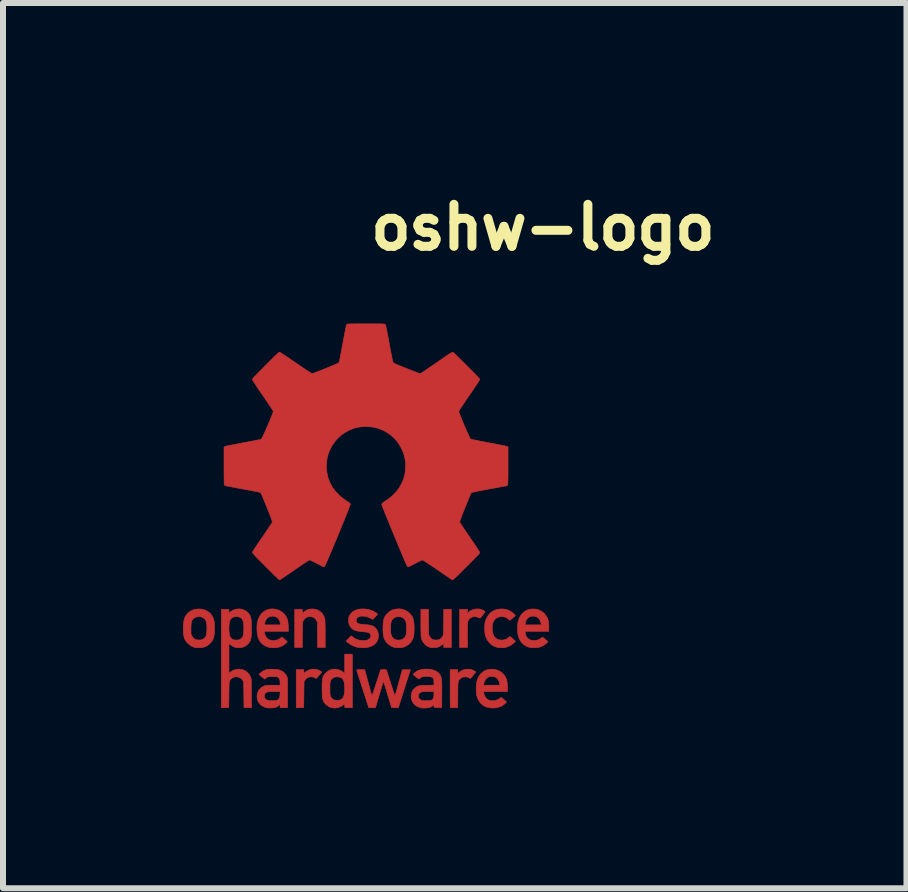
<source format=kicad_pcb>
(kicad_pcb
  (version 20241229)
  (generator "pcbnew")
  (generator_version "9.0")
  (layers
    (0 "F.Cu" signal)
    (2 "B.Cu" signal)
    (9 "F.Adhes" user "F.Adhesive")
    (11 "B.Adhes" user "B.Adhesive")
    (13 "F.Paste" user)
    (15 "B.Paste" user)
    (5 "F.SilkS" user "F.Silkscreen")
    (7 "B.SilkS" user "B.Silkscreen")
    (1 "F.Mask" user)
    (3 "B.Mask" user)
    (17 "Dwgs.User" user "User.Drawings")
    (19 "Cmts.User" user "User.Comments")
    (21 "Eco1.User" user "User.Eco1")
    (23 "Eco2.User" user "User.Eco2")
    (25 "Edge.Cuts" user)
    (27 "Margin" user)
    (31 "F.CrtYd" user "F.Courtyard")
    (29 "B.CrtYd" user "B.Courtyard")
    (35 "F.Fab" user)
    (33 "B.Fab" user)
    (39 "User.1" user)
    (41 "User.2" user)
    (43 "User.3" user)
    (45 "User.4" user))
  (footprint "oshw-logo"
    (layer "F.Cu")
    (at 3.053 5.55)
    (property "Reference" "oshw-logo" (at 0 -4.4 0) (layer "F.SilkS") (effects (font (size 0.7 0.7) (thickness 0.15)) (justify left bottom)))
    (attr exclude_from_pos_files exclude_from_bom)
    (fp_poly (pts (xy -0.843 2.558) (xy -0.815 2.564) (xy -0.794 2.572) (xy -0.773 2.581) (xy -0.759 2.589) (xy -0.738 2.603) (xy -0.783 2.658) (xy -0.8 2.677) (xy -0.814 2.694) (xy -0.825 2.706) (xy -0.831 2.712) (xy -0.832 2.712) (xy -0.837 2.71) (xy -0.847 2.703) (xy -0.849 2.702) (xy -0.874 2.69) (xy -0.904 2.684) (xy -0.935 2.685) (xy -0.942 2.686) (xy -0.975 2.698) (xy -1.001 2.717) (xy -1.02 2.741) (xy -1.034 2.766) (xy -1.039 3.197) (xy -1.164 3.2) (xy -1.164 2.565) (xy -1.037 2.565) (xy -1.037 2.626) (xy -1.009 2.604) (xy -0.972 2.579) (xy -0.931 2.563) (xy -0.887 2.556) (xy -0.843 2.558)) (stroke (width 0.01) (type solid)) (fill yes) (layer "F.Cu"))
    (fp_poly (pts (xy 1.889 1.554) (xy 1.907 1.559) (xy 1.927 1.566) (xy 1.948 1.574) (xy 1.966 1.583) (xy 1.979 1.592) (xy 1.984 1.597) (xy 1.982 1.604) (xy 1.974 1.616) (xy 1.962 1.633) (xy 1.946 1.652) (xy 1.945 1.654) (xy 1.929 1.673) (xy 1.915 1.689) (xy 1.906 1.7) (xy 1.901 1.706) (xy 1.896 1.705) (xy 1.885 1.7) (xy 1.873 1.695) (xy 1.84 1.683) (xy 1.808 1.68) (xy 1.776 1.685) (xy 1.747 1.698) (xy 1.723 1.717) (xy 1.704 1.742) (xy 1.696 1.763) (xy 1.695 1.772) (xy 1.694 1.79) (xy 1.693 1.817) (xy 1.692 1.85) (xy 1.692 1.89) (xy 1.691 1.934) (xy 1.691 1.983) (xy 1.691 2.194) (xy 1.559 2.194) (xy 1.559 1.559) (xy 1.691 1.559) (xy 1.691 1.626) (xy 1.71 1.607) (xy 1.739 1.585) (xy 1.775 1.568) (xy 1.814 1.556) (xy 1.855 1.552) (xy 1.889 1.554)) (stroke (width 0.01) (type solid)) (fill yes) (layer "F.Cu"))
    (fp_poly (pts (xy -0.837 1.56) (xy -0.797 1.576) (xy -0.761 1.6) (xy -0.73 1.63) (xy -0.706 1.667) (xy -0.69 1.709) (xy -0.687 1.721) (xy -0.685 1.734) (xy -0.684 1.757) (xy -0.683 1.79) (xy -0.682 1.833) (xy -0.681 1.884) (xy -0.681 1.945) (xy -0.681 1.971) (xy -0.681 2.194) (xy -0.808 2.194) (xy -0.809 1.984) (xy -0.811 1.774) (xy -0.826 1.744) (xy -0.845 1.716) (xy -0.868 1.697) (xy -0.897 1.686) (xy -0.925 1.682) (xy -0.947 1.682) (xy -0.967 1.684) (xy -0.979 1.686) (xy -1.001 1.698) (xy -1.023 1.716) (xy -1.041 1.738) (xy -1.049 1.752) (xy -1.052 1.758) (xy -1.054 1.765) (xy -1.056 1.773) (xy -1.057 1.783) (xy -1.058 1.797) (xy -1.059 1.815) (xy -1.06 1.839) (xy -1.06 1.869) (xy -1.061 1.907) (xy -1.061 1.953) (xy -1.061 1.985) (xy -1.063 2.194) (xy -1.189 2.194) (xy -1.189 1.559) (xy -1.062 1.559) (xy -1.062 1.625) (xy -1.033 1.602) (xy -1.001 1.579) (xy -0.969 1.564) (xy -0.934 1.555) (xy -0.927 1.554) (xy -0.881 1.553) (xy -0.837 1.56)) (stroke (width 0.01) (type solid)) (fill yes) (layer "F.Cu"))
    (fp_poly (pts (xy 1.042 1.769) (xy 1.043 1.979) (xy 1.059 2.009) (xy 1.077 2.036) (xy 1.1 2.056) (xy 1.129 2.067) (xy 1.159 2.071) (xy 1.193 2.07) (xy 1.221 2.063) (xy 1.245 2.047) (xy 1.258 2.034) (xy 1.266 2.025) (xy 1.273 2.016) (xy 1.278 2.008) (xy 1.282 1.997) (xy 1.286 1.985) (xy 1.288 1.969) (xy 1.29 1.948) (xy 1.291 1.922) (xy 1.292 1.89) (xy 1.293 1.85) (xy 1.293 1.801) (xy 1.294 1.766) (xy 1.295 1.559) (xy 1.422 1.559) (xy 1.422 2.194) (xy 1.295 2.194) (xy 1.295 2.161) (xy 1.295 2.144) (xy 1.293 2.132) (xy 1.292 2.128) (xy 1.287 2.131) (xy 1.278 2.14) (xy 1.271 2.147) (xy 1.256 2.159) (xy 1.236 2.171) (xy 1.219 2.181) (xy 1.202 2.188) (xy 1.186 2.193) (xy 1.17 2.196) (xy 1.148 2.197) (xy 1.135 2.198) (xy 1.107 2.198) (xy 1.087 2.197) (xy 1.07 2.194) (xy 1.059 2.19) (xy 1.036 2.181) (xy 1.019 2.172) (xy 1.003 2.161) (xy 0.985 2.146) (xy 0.981 2.141) (xy 0.952 2.107) (xy 0.931 2.068) (xy 0.92 2.033) (xy 0.918 2.019) (xy 0.917 1.996) (xy 0.916 1.963) (xy 0.915 1.92) (xy 0.914 1.869) (xy 0.914 1.808) (xy 0.914 1.782) (xy 0.914 1.559) (xy 1.04 1.559) (xy 1.042 1.769)) (stroke (width 0.01) (type solid)) (fill yes) (layer "F.Cu"))
    (fp_poly (pts (xy 1.753 2.563) (xy 1.768 2.568) (xy 1.787 2.577) (xy 1.804 2.586) (xy 1.818 2.595) (xy 1.826 2.602) (xy 1.827 2.606) (xy 1.824 2.611) (xy 1.815 2.621) (xy 1.803 2.636) (xy 1.789 2.654) (xy 1.775 2.671) (xy 1.761 2.688) (xy 1.749 2.701) (xy 1.742 2.71) (xy 1.739 2.712) (xy 1.735 2.71) (xy 1.724 2.704) (xy 1.713 2.698) (xy 1.697 2.69) (xy 1.682 2.686) (xy 1.664 2.685) (xy 1.653 2.685) (xy 1.618 2.688) (xy 1.59 2.699) (xy 1.566 2.718) (xy 1.561 2.723) (xy 1.554 2.732) (xy 1.548 2.74) (xy 1.544 2.748) (xy 1.54 2.758) (xy 1.537 2.769) (xy 1.534 2.785) (xy 1.533 2.804) (xy 1.532 2.829) (xy 1.531 2.861) (xy 1.53 2.899) (xy 1.53 2.947) (xy 1.53 2.988) (xy 1.528 3.2) (xy 1.468 3.2) (xy 1.444 3.2) (xy 1.425 3.199) (xy 1.411 3.198) (xy 1.405 3.197) (xy 1.404 3.191) (xy 1.404 3.176) (xy 1.403 3.153) (xy 1.403 3.122) (xy 1.402 3.085) (xy 1.402 3.042) (xy 1.402 2.993) (xy 1.402 2.941) (xy 1.402 2.886) (xy 1.402 2.565) (xy 1.529 2.565) (xy 1.529 2.595) (xy 1.529 2.611) (xy 1.53 2.623) (xy 1.532 2.626) (xy 1.537 2.623) (xy 1.547 2.615) (xy 1.554 2.608) (xy 1.588 2.584) (xy 1.627 2.567) (xy 1.669 2.558) (xy 1.712 2.556) (xy 1.753 2.563)) (stroke (width 0.01) (type solid)) (fill yes) (layer "F.Cu"))
    (fp_poly (pts (xy 2.316 1.557) (xy 2.365 1.57) (xy 2.41 1.593) (xy 2.453 1.625) (xy 2.46 1.631) (xy 2.491 1.661) (xy 2.466 1.684) (xy 2.448 1.699) (xy 2.43 1.715) (xy 2.419 1.725) (xy 2.397 1.743) (xy 2.376 1.724) (xy 2.345 1.701) (xy 2.312 1.687) (xy 2.274 1.681) (xy 2.265 1.681) (xy 2.226 1.684) (xy 2.195 1.693) (xy 2.167 1.708) (xy 2.159 1.715) (xy 2.136 1.741) (xy 2.118 1.776) (xy 2.107 1.817) (xy 2.103 1.866) (xy 2.103 1.876) (xy 2.106 1.926) (xy 2.116 1.97) (xy 2.132 2.006) (xy 2.155 2.034) (xy 2.184 2.055) (xy 2.219 2.067) (xy 2.259 2.072) (xy 2.274 2.071) (xy 2.309 2.066) (xy 2.339 2.056) (xy 2.366 2.038) (xy 2.377 2.028) (xy 2.386 2.02) (xy 2.393 2.016) (xy 2.4 2.015) (xy 2.409 2.018) (xy 2.42 2.027) (xy 2.436 2.041) (xy 2.456 2.059) (xy 2.491 2.092) (xy 2.476 2.108) (xy 2.449 2.132) (xy 2.416 2.155) (xy 2.38 2.174) (xy 2.35 2.186) (xy 2.327 2.193) (xy 2.306 2.197) (xy 2.283 2.199) (xy 2.259 2.199) (xy 2.233 2.198) (xy 2.209 2.196) (xy 2.189 2.193) (xy 2.182 2.191) (xy 2.133 2.173) (xy 2.089 2.146) (xy 2.053 2.112) (xy 2.023 2.071) (xy 2.012 2.051) (xy 2 2.023) (xy 1.991 1.999) (xy 1.984 1.975) (xy 1.981 1.948) (xy 1.979 1.917) (xy 1.978 1.879) (xy 1.978 1.877) (xy 1.979 1.838) (xy 1.98 1.806) (xy 1.984 1.78) (xy 1.99 1.756) (xy 1.999 1.731) (xy 2.011 1.704) (xy 2.012 1.701) (xy 2.039 1.657) (xy 2.072 1.62) (xy 2.111 1.591) (xy 2.156 1.57) (xy 2.207 1.557) (xy 2.263 1.552) (xy 2.316 1.557)) (stroke (width 0.01) (type solid)) (fill yes) (layer "F.Cu"))
    (fp_poly (pts (xy -1.494 1.56) (xy -1.447 1.576) (xy -1.405 1.6) (xy -1.368 1.633) (xy -1.341 1.668) (xy -1.326 1.692) (xy -1.316 1.716) (xy -1.308 1.743) (xy -1.302 1.774) (xy -1.299 1.811) (xy -1.297 1.845) (xy -1.294 1.925) (xy -1.692 1.925) (xy -1.692 1.942) (xy -1.687 1.977) (xy -1.673 2.011) (xy -1.65 2.039) (xy -1.626 2.059) (xy -1.601 2.071) (xy -1.572 2.078) (xy -1.537 2.079) (xy -1.497 2.074) (xy -1.458 2.06) (xy -1.422 2.036) (xy -1.421 2.036) (xy -1.402 2.021) (xy -1.359 2.057) (xy -1.342 2.072) (xy -1.327 2.085) (xy -1.317 2.094) (xy -1.314 2.098) (xy -1.316 2.103) (xy -1.324 2.113) (xy -1.338 2.126) (xy -1.354 2.139) (xy -1.372 2.152) (xy -1.389 2.163) (xy -1.399 2.168) (xy -1.421 2.178) (xy -1.445 2.187) (xy -1.461 2.191) (xy -1.488 2.196) (xy -1.522 2.199) (xy -1.557 2.199) (xy -1.591 2.196) (xy -1.62 2.192) (xy -1.629 2.19) (xy -1.677 2.171) (xy -1.718 2.146) (xy -1.752 2.114) (xy -1.779 2.074) (xy -1.8 2.026) (xy -1.802 2.02) (xy -1.81 1.989) (xy -1.815 1.951) (xy -1.818 1.908) (xy -1.819 1.865) (xy -1.818 1.823) (xy -1.816 1.804) (xy -1.692 1.804) (xy -1.692 1.818) (xy -1.428 1.818) (xy -1.428 1.801) (xy -1.432 1.775) (xy -1.442 1.748) (xy -1.457 1.722) (xy -1.469 1.707) (xy -1.495 1.688) (xy -1.526 1.676) (xy -1.56 1.672) (xy -1.593 1.676) (xy -1.619 1.685) (xy -1.646 1.704) (xy -1.668 1.73) (xy -1.683 1.76) (xy -1.691 1.792) (xy -1.692 1.804) (xy -1.816 1.804) (xy -1.814 1.786) (xy -1.812 1.777) (xy -1.797 1.724) (xy -1.775 1.676) (xy -1.747 1.636) (xy -1.713 1.603) (xy -1.673 1.578) (xy -1.629 1.561) (xy -1.597 1.554) (xy -1.544 1.552) (xy -1.494 1.56)) (stroke (width 0.01) (type solid)) (fill yes) (layer "F.Cu"))
    (fp_poly (pts (xy 2.835 1.557) (xy 2.883 1.57) (xy 2.926 1.592) (xy 2.964 1.621) (xy 2.996 1.657) (xy 3.021 1.699) (xy 3.038 1.747) (xy 3.04 1.757) (xy 3.043 1.776) (xy 3.045 1.802) (xy 3.047 1.832) (xy 3.047 1.858) (xy 3.047 1.925) (xy 2.65 1.925) (xy 2.653 1.951) (xy 2.663 1.991) (xy 2.68 2.024) (xy 2.703 2.049) (xy 2.733 2.067) (xy 2.77 2.077) (xy 2.801 2.079) (xy 2.845 2.075) (xy 2.883 2.063) (xy 2.916 2.042) (xy 2.92 2.039) (xy 2.929 2.031) (xy 2.935 2.026) (xy 2.941 2.025) (xy 2.949 2.027) (xy 2.959 2.034) (xy 2.974 2.047) (xy 2.994 2.064) (xy 3.01 2.078) (xy 3.023 2.088) (xy 3.03 2.095) (xy 3.032 2.096) (xy 3.03 2.1) (xy 3.022 2.11) (xy 3.01 2.122) (xy 3.009 2.123) (xy 2.98 2.147) (xy 2.945 2.169) (xy 2.906 2.185) (xy 2.887 2.191) (xy 2.861 2.196) (xy 2.828 2.198) (xy 2.793 2.198) (xy 2.759 2.197) (xy 2.729 2.193) (xy 2.721 2.191) (xy 2.675 2.175) (xy 2.634 2.15) (xy 2.599 2.118) (xy 2.569 2.077) (xy 2.547 2.029) (xy 2.536 1.996) (xy 2.532 1.973) (xy 2.529 1.942) (xy 2.527 1.906) (xy 2.527 1.869) (xy 2.528 1.832) (xy 2.529 1.818) (xy 2.65 1.818) (xy 2.922 1.818) (xy 2.918 1.799) (xy 2.908 1.758) (xy 2.891 1.725) (xy 2.869 1.7) (xy 2.84 1.683) (xy 2.826 1.678) (xy 2.788 1.672) (xy 2.753 1.675) (xy 2.722 1.687) (xy 2.695 1.706) (xy 2.674 1.734) (xy 2.659 1.768) (xy 2.654 1.794) (xy 2.65 1.818) (xy 2.529 1.818) (xy 2.53 1.798) (xy 2.534 1.769) (xy 2.536 1.76) (xy 2.554 1.707) (xy 2.578 1.662) (xy 2.609 1.624) (xy 2.645 1.593) (xy 2.687 1.571) (xy 2.734 1.557) (xy 2.783 1.553) (xy 2.835 1.557)) (stroke (width 0.01) (type solid)) (fill yes) (layer "F.Cu"))
    (fp_poly (pts (xy -2.733 1.557) (xy -2.685 1.57) (xy -2.642 1.592) (xy -2.604 1.622) (xy -2.581 1.649) (xy -2.562 1.676) (xy -2.548 1.706) (xy -2.537 1.739) (xy -2.53 1.777) (xy -2.527 1.821) (xy -2.526 1.873) (xy -2.527 1.907) (xy -2.529 1.956) (xy -2.534 1.997) (xy -2.542 2.031) (xy -2.553 2.06) (xy -2.567 2.086) (xy -2.587 2.111) (xy -2.603 2.129) (xy -2.637 2.158) (xy -2.673 2.178) (xy -2.714 2.192) (xy -2.76 2.198) (xy -2.789 2.199) (xy -2.813 2.198) (xy -2.835 2.196) (xy -2.852 2.194) (xy -2.857 2.194) (xy -2.898 2.179) (xy -2.937 2.155) (xy -2.97 2.126) (xy -2.993 2.101) (xy -3.011 2.077) (xy -3.024 2.051) (xy -3.034 2.022) (xy -3.041 1.988) (xy -3.045 1.947) (xy -3.047 1.91) (xy -3.047 1.882) (xy -2.919 1.882) (xy -2.919 1.968) (xy -2.903 2.001) (xy -2.885 2.031) (xy -2.863 2.051) (xy -2.837 2.064) (xy -2.804 2.07) (xy -2.779 2.07) (xy -2.755 2.069) (xy -2.737 2.065) (xy -2.722 2.058) (xy -2.717 2.055) (xy -2.697 2.041) (xy -2.681 2.025) (xy -2.67 2.004) (xy -2.662 1.978) (xy -2.657 1.945) (xy -2.654 1.903) (xy -2.654 1.899) (xy -2.653 1.848) (xy -2.656 1.806) (xy -2.662 1.772) (xy -2.673 1.744) (xy -2.687 1.722) (xy -2.707 1.705) (xy -2.723 1.695) (xy -2.755 1.684) (xy -2.788 1.68) (xy -2.821 1.684) (xy -2.851 1.695) (xy -2.877 1.713) (xy -2.892 1.729) (xy -2.901 1.745) (xy -2.908 1.76) (xy -2.913 1.778) (xy -2.916 1.8) (xy -2.918 1.828) (xy -2.919 1.864) (xy -2.919 1.882) (xy -3.047 1.882) (xy -3.048 1.844) (xy -3.043 1.786) (xy -3.034 1.736) (xy -3.021 1.695) (xy -3.004 1.664) (xy -2.972 1.624) (xy -2.935 1.594) (xy -2.893 1.571) (xy -2.846 1.558) (xy -2.794 1.553) (xy -2.787 1.553) (xy -2.733 1.557)) (stroke (width 0.01) (type solid)) (fill yes) (layer "F.Cu"))
    (fp_poly (pts (xy 2.148 2.561) (xy 2.193 2.574) (xy 2.235 2.595) (xy 2.273 2.623) (xy 2.304 2.657) (xy 2.326 2.691) (xy 2.338 2.718) (xy 2.346 2.745) (xy 2.352 2.774) (xy 2.355 2.808) (xy 2.357 2.85) (xy 2.357 2.858) (xy 2.357 2.931) (xy 1.96 2.931) (xy 1.963 2.955) (xy 1.973 2.993) (xy 1.991 3.026) (xy 2.015 3.053) (xy 2.039 3.069) (xy 2.057 3.076) (xy 2.08 3.08) (xy 2.103 3.082) (xy 2.144 3.081) (xy 2.18 3.071) (xy 2.214 3.054) (xy 2.227 3.045) (xy 2.24 3.035) (xy 2.25 3.029) (xy 2.253 3.027) (xy 2.258 3.03) (xy 2.269 3.039) (xy 2.284 3.05) (xy 2.3 3.064) (xy 2.315 3.078) (xy 2.329 3.09) (xy 2.338 3.099) (xy 2.341 3.103) (xy 2.337 3.11) (xy 2.327 3.121) (xy 2.312 3.134) (xy 2.294 3.148) (xy 2.276 3.161) (xy 2.259 3.171) (xy 2.252 3.175) (xy 2.204 3.192) (xy 2.152 3.202) (xy 2.098 3.204) (xy 2.046 3.198) (xy 2.032 3.195) (xy 1.984 3.178) (xy 1.943 3.154) (xy 1.909 3.123) (xy 1.881 3.084) (xy 1.859 3.037) (xy 1.847 3.003) (xy 1.841 2.972) (xy 1.838 2.934) (xy 1.836 2.893) (xy 1.837 2.851) (xy 1.839 2.824) (xy 1.96 2.824) (xy 2.23 2.824) (xy 2.23 2.813) (xy 2.225 2.783) (xy 2.214 2.753) (xy 2.196 2.725) (xy 2.175 2.702) (xy 2.151 2.686) (xy 2.128 2.68) (xy 2.101 2.677) (xy 2.072 2.678) (xy 2.051 2.683) (xy 2.023 2.696) (xy 2 2.717) (xy 1.981 2.746) (xy 1.968 2.779) (xy 1.963 2.8) (xy 1.96 2.824) (xy 1.839 2.824) (xy 1.839 2.811) (xy 1.844 2.776) (xy 1.848 2.76) (xy 1.866 2.708) (xy 1.889 2.663) (xy 1.919 2.627) (xy 1.954 2.598) (xy 1.996 2.575) (xy 2.007 2.571) (xy 2.054 2.559) (xy 2.101 2.556) (xy 2.148 2.561)) (stroke (width 0.01) (type solid)) (fill yes) (layer "F.Cu"))
    (fp_poly (pts (xy -0.229 3.2) (xy -0.354 3.197) (xy -0.355 3.165) (xy -0.357 3.133) (xy -0.374 3.148) (xy -0.411 3.175) (xy -0.453 3.193) (xy -0.497 3.203) (xy -0.542 3.204) (xy -0.585 3.195) (xy -0.586 3.195) (xy -0.621 3.181) (xy -0.651 3.16) (xy -0.673 3.141) (xy -0.689 3.123) (xy -0.702 3.106) (xy -0.712 3.086) (xy -0.72 3.064) (xy -0.726 3.038) (xy -0.73 3.007) (xy -0.732 2.968) (xy -0.733 2.922) (xy -0.733 2.88) (xy -0.602 2.88) (xy -0.602 2.915) (xy -0.602 2.942) (xy -0.601 2.962) (xy -0.6 2.977) (xy -0.598 2.988) (xy -0.596 2.998) (xy -0.592 3.007) (xy -0.591 3.01) (xy -0.574 3.039) (xy -0.552 3.059) (xy -0.525 3.071) (xy -0.492 3.076) (xy -0.472 3.076) (xy -0.442 3.072) (xy -0.418 3.063) (xy -0.398 3.048) (xy -0.382 3.029) (xy -0.371 3.004) (xy -0.363 2.972) (xy -0.358 2.933) (xy -0.356 2.885) (xy -0.356 2.88) (xy -0.358 2.828) (xy -0.363 2.785) (xy -0.373 2.75) (xy -0.387 2.724) (xy -0.406 2.704) (xy -0.43 2.692) (xy -0.46 2.686) (xy -0.483 2.685) (xy -0.517 2.687) (xy -0.544 2.696) (xy -0.565 2.711) (xy -0.583 2.734) (xy -0.591 2.751) (xy -0.595 2.76) (xy -0.598 2.769) (xy -0.6 2.779) (xy -0.601 2.793) (xy -0.602 2.811) (xy -0.602 2.836) (xy -0.602 2.869) (xy -0.602 2.88) (xy -0.733 2.88) (xy -0.733 2.827) (xy -0.732 2.783) (xy -0.729 2.746) (xy -0.725 2.716) (xy -0.719 2.691) (xy -0.71 2.67) (xy -0.699 2.651) (xy -0.685 2.633) (xy -0.668 2.616) (xy -0.668 2.615) (xy -0.632 2.587) (xy -0.592 2.567) (xy -0.55 2.557) (xy -0.506 2.556) (xy -0.463 2.564) (xy -0.421 2.582) (xy -0.411 2.587) (xy -0.394 2.598) (xy -0.377 2.61) (xy -0.373 2.614) (xy -0.356 2.627) (xy -0.356 2.306) (xy -0.229 2.306) (xy -0.229 3.2)) (stroke (width 0.01) (type solid)) (fill yes) (layer "F.Cu"))
    (fp_poly (pts (xy 0.605 1.558) (xy 0.651 1.574) (xy 0.694 1.598) (xy 0.728 1.627) (xy 0.75 1.652) (xy 0.768 1.678) (xy 0.781 1.707) (xy 0.791 1.739) (xy 0.797 1.777) (xy 0.801 1.822) (xy 0.802 1.876) (xy 0.802 1.877) (xy 0.801 1.929) (xy 0.798 1.973) (xy 0.792 2.009) (xy 0.784 2.04) (xy 0.774 2.062) (xy 0.748 2.103) (xy 0.715 2.139) (xy 0.675 2.167) (xy 0.632 2.187) (xy 0.626 2.189) (xy 0.599 2.195) (xy 0.567 2.198) (xy 0.532 2.199) (xy 0.499 2.197) (xy 0.471 2.193) (xy 0.466 2.192) (xy 0.428 2.177) (xy 0.391 2.155) (xy 0.359 2.129) (xy 0.354 2.123) (xy 0.332 2.098) (xy 0.316 2.073) (xy 0.303 2.047) (xy 0.294 2.017) (xy 0.287 1.983) (xy 0.284 1.943) (xy 0.282 1.894) (xy 0.282 1.877) (xy 0.409 1.877) (xy 0.41 1.918) (xy 0.412 1.95) (xy 0.416 1.976) (xy 0.423 1.997) (xy 0.432 2.015) (xy 0.445 2.03) (xy 0.451 2.037) (xy 0.471 2.054) (xy 0.491 2.064) (xy 0.514 2.07) (xy 0.543 2.072) (xy 0.569 2.07) (xy 0.59 2.065) (xy 0.601 2.06) (xy 0.625 2.047) (xy 0.642 2.031) (xy 0.656 2.009) (xy 0.661 1.998) (xy 0.665 1.989) (xy 0.668 1.98) (xy 0.67 1.969) (xy 0.671 1.954) (xy 0.672 1.935) (xy 0.673 1.909) (xy 0.673 1.877) (xy 0.673 1.842) (xy 0.672 1.817) (xy 0.671 1.798) (xy 0.67 1.784) (xy 0.668 1.773) (xy 0.665 1.764) (xy 0.661 1.755) (xy 0.647 1.73) (xy 0.632 1.712) (xy 0.612 1.698) (xy 0.601 1.693) (xy 0.569 1.683) (xy 0.535 1.681) (xy 0.501 1.686) (xy 0.471 1.7) (xy 0.447 1.719) (xy 0.434 1.736) (xy 0.424 1.753) (xy 0.417 1.774) (xy 0.412 1.8) (xy 0.41 1.833) (xy 0.409 1.873) (xy 0.409 1.877) (xy 0.282 1.877) (xy 0.283 1.824) (xy 0.286 1.78) (xy 0.292 1.742) (xy 0.301 1.711) (xy 0.313 1.683) (xy 0.33 1.657) (xy 0.35 1.633) (xy 0.351 1.632) (xy 0.385 1.601) (xy 0.42 1.578) (xy 0.46 1.563) (xy 0.505 1.554) (xy 0.555 1.551) (xy 0.605 1.558)) (stroke (width 0.01) (type solid)) (fill yes) (layer "F.Cu"))
    (fp_poly (pts (xy 0.004 1.556) (xy 0.054 1.566) (xy 0.102 1.582) (xy 0.146 1.605) (xy 0.154 1.61) (xy 0.193 1.636) (xy 0.178 1.655) (xy 0.166 1.668) (xy 0.152 1.686) (xy 0.138 1.7) (xy 0.114 1.727) (xy 0.07 1.705) (xy 0.032 1.688) (xy -0.007 1.677) (xy -0.044 1.672) (xy -0.079 1.672) (xy -0.11 1.678) (xy -0.136 1.69) (xy -0.154 1.707) (xy -0.162 1.724) (xy -0.164 1.745) (xy -0.164 1.761) (xy -0.159 1.772) (xy -0.15 1.782) (xy -0.149 1.783) (xy -0.139 1.791) (xy -0.128 1.797) (xy -0.114 1.802) (xy -0.095 1.805) (xy -0.07 1.808) (xy -0.037 1.811) (xy -0.02 1.813) (xy 0.027 1.817) (xy 0.065 1.823) (xy 0.096 1.832) (xy 0.122 1.842) (xy 0.14 1.854) (xy 0.166 1.879) (xy 0.186 1.91) (xy 0.2 1.947) (xy 0.206 1.987) (xy 0.206 2.018) (xy 0.198 2.06) (xy 0.181 2.097) (xy 0.155 2.129) (xy 0.122 2.156) (xy 0.08 2.177) (xy 0.042 2.189) (xy 0.005 2.196) (xy -0.038 2.199) (xy -0.083 2.198) (xy -0.125 2.194) (xy -0.153 2.189) (xy -0.177 2.181) (xy -0.204 2.171) (xy -0.229 2.16) (xy -0.232 2.159) (xy -0.251 2.148) (xy -0.272 2.136) (xy -0.292 2.122) (xy -0.309 2.109) (xy -0.323 2.098) (xy -0.33 2.09) (xy -0.331 2.088) (xy -0.327 2.084) (xy -0.318 2.073) (xy -0.304 2.059) (xy -0.288 2.043) (xy -0.246 2) (xy -0.221 2.021) (xy -0.184 2.047) (xy -0.145 2.065) (xy -0.102 2.075) (xy -0.053 2.079) (xy -0.049 2.079) (xy -0.023 2.079) (xy -0.004 2.078) (xy 0.011 2.074) (xy 0.025 2.069) (xy 0.029 2.068) (xy 0.054 2.052) (xy 0.071 2.033) (xy 0.079 2.01) (xy 0.078 1.986) (xy 0.074 1.975) (xy 0.068 1.964) (xy 0.06 1.956) (xy 0.048 1.949) (xy 0.031 1.944) (xy 0.007 1.939) (xy -0.024 1.935) (xy -0.052 1.932) (xy -0.089 1.929) (xy -0.119 1.925) (xy -0.142 1.921) (xy -0.16 1.917) (xy -0.176 1.912) (xy -0.192 1.906) (xy -0.201 1.901) (xy -0.235 1.879) (xy -0.262 1.85) (xy -0.28 1.816) (xy -0.29 1.776) (xy -0.292 1.75) (xy -0.291 1.727) (xy -0.289 1.705) (xy -0.286 1.689) (xy -0.286 1.688) (xy -0.273 1.659) (xy -0.253 1.63) (xy -0.229 1.604) (xy -0.221 1.599) (xy -0.185 1.577) (xy -0.143 1.562) (xy -0.096 1.554) (xy -0.047 1.552) (xy 0.004 1.556)) (stroke (width 0.01) (type solid)) (fill yes) (layer "F.Cu"))
    (fp_poly (pts (xy 1.038 2.556) (xy 1.091 2.563) (xy 1.137 2.576) (xy 1.177 2.595) (xy 1.209 2.62) (xy 1.234 2.65) (xy 1.242 2.665) (xy 1.247 2.677) (xy 1.251 2.691) (xy 1.255 2.708) (xy 1.258 2.727) (xy 1.26 2.751) (xy 1.262 2.78) (xy 1.263 2.815) (xy 1.263 2.858) (xy 1.264 2.908) (xy 1.263 2.967) (xy 1.263 2.989) (xy 1.262 3.197) (xy 1.135 3.197) (xy 1.133 3.171) (xy 1.132 3.144) (xy 1.119 3.159) (xy 1.096 3.179) (xy 1.065 3.193) (xy 1.026 3.202) (xy 0.98 3.204) (xy 0.976 3.204) (xy 0.955 3.204) (xy 0.937 3.203) (xy 0.925 3.202) (xy 0.924 3.201) (xy 0.879 3.189) (xy 0.839 3.17) (xy 0.806 3.144) (xy 0.781 3.113) (xy 0.763 3.077) (xy 0.753 3.037) (xy 0.753 3.005) (xy 0.873 3.005) (xy 0.874 3.023) (xy 0.878 3.035) (xy 0.887 3.047) (xy 0.89 3.05) (xy 0.903 3.063) (xy 0.917 3.072) (xy 0.935 3.078) (xy 0.957 3.081) (xy 0.986 3.082) (xy 1.013 3.082) (xy 1.043 3.081) (xy 1.065 3.079) (xy 1.08 3.077) (xy 1.091 3.073) (xy 1.096 3.071) (xy 1.112 3.058) (xy 1.123 3.039) (xy 1.13 3.012) (xy 1.132 2.977) (xy 1.132 2.975) (xy 1.132 2.931) (xy 1.035 2.931) (xy 0.999 2.931) (xy 0.973 2.931) (xy 0.953 2.932) (xy 0.939 2.934) (xy 0.928 2.936) (xy 0.919 2.939) (xy 0.916 2.94) (xy 0.893 2.954) (xy 0.88 2.971) (xy 0.874 2.994) (xy 0.873 3.005) (xy 0.753 3.005) (xy 0.753 2.994) (xy 0.761 2.951) (xy 0.768 2.931) (xy 0.776 2.915) (xy 0.786 2.901) (xy 0.802 2.884) (xy 0.804 2.882) (xy 0.82 2.867) (xy 0.835 2.854) (xy 0.85 2.845) (xy 0.867 2.838) (xy 0.887 2.833) (xy 0.912 2.829) (xy 0.943 2.827) (xy 0.982 2.826) (xy 1.015 2.825) (xy 1.133 2.823) (xy 1.132 2.771) (xy 1.131 2.746) (xy 1.129 2.73) (xy 1.127 2.719) (xy 1.123 2.711) (xy 1.117 2.705) (xy 1.098 2.691) (xy 1.07 2.682) (xy 1.032 2.677) (xy 1.006 2.677) (xy 0.972 2.678) (xy 0.945 2.682) (xy 0.924 2.688) (xy 0.907 2.699) (xy 0.9 2.706) (xy 0.882 2.723) (xy 0.834 2.686) (xy 0.816 2.672) (xy 0.801 2.66) (xy 0.79 2.652) (xy 0.787 2.648) (xy 0.791 2.639) (xy 0.801 2.626) (xy 0.816 2.612) (xy 0.832 2.6) (xy 0.864 2.581) (xy 0.902 2.568) (xy 0.946 2.559) (xy 0.98 2.556) (xy 1.038 2.556)) (stroke (width 0.01) (type solid)) (fill yes) (layer "F.Cu"))
    (fp_poly (pts (xy -1.521 2.559) (xy -1.485 2.562) (xy -1.454 2.568) (xy -1.427 2.577) (xy -1.401 2.589) (xy -1.371 2.61) (xy -1.345 2.639) (xy -1.325 2.67) (xy -1.321 2.679) (xy -1.309 2.71) (xy -1.309 3.197) (xy -1.433 3.2) (xy -1.433 3.172) (xy -1.434 3.157) (xy -1.435 3.147) (xy -1.436 3.144) (xy -1.44 3.147) (xy -1.449 3.156) (xy -1.453 3.161) (xy -1.472 3.178) (xy -1.496 3.19) (xy -1.526 3.198) (xy -1.563 3.202) (xy -1.578 3.203) (xy -1.603 3.203) (xy -1.627 3.203) (xy -1.647 3.201) (xy -1.656 3.2) (xy -1.686 3.191) (xy -1.717 3.176) (xy -1.746 3.159) (xy -1.765 3.143) (xy -1.79 3.111) (xy -1.807 3.075) (xy -1.816 3.037) (xy -1.817 2.998) (xy -1.817 2.997) (xy -1.697 2.997) (xy -1.696 3.02) (xy -1.687 3.042) (xy -1.67 3.06) (xy -1.668 3.062) (xy -1.654 3.07) (xy -1.64 3.076) (xy -1.624 3.08) (xy -1.602 3.081) (xy -1.574 3.082) (xy -1.558 3.082) (xy -1.529 3.081) (xy -1.508 3.08) (xy -1.494 3.078) (xy -1.483 3.075) (xy -1.474 3.07) (xy -1.458 3.058) (xy -1.447 3.041) (xy -1.44 3.017) (xy -1.435 2.985) (xy -1.435 2.977) (xy -1.432 2.931) (xy -1.533 2.931) (xy -1.568 2.931) (xy -1.595 2.931) (xy -1.615 2.932) (xy -1.63 2.934) (xy -1.641 2.936) (xy -1.65 2.938) (xy -1.655 2.941) (xy -1.676 2.955) (xy -1.69 2.974) (xy -1.697 2.997) (xy -1.817 2.997) (xy -1.811 2.96) (xy -1.797 2.924) (xy -1.775 2.892) (xy -1.747 2.864) (xy -1.715 2.845) (xy -1.7 2.838) (xy -1.685 2.833) (xy -1.668 2.83) (xy -1.648 2.827) (xy -1.623 2.825) (xy -1.591 2.824) (xy -1.551 2.824) (xy -1.54 2.824) (xy -1.432 2.824) (xy -1.434 2.776) (xy -1.436 2.747) (xy -1.441 2.726) (xy -1.448 2.711) (xy -1.46 2.699) (xy -1.474 2.689) (xy -1.483 2.685) (xy -1.492 2.682) (xy -1.505 2.68) (xy -1.524 2.68) (xy -1.55 2.679) (xy -1.56 2.679) (xy -1.594 2.68) (xy -1.62 2.682) (xy -1.639 2.686) (xy -1.654 2.692) (xy -1.666 2.701) (xy -1.675 2.711) (xy -1.686 2.724) (xy -1.735 2.686) (xy -1.754 2.672) (xy -1.769 2.659) (xy -1.78 2.65) (xy -1.784 2.646) (xy -1.78 2.64) (xy -1.77 2.629) (xy -1.756 2.616) (xy -1.74 2.604) (xy -1.724 2.592) (xy -1.711 2.584) (xy -1.71 2.583) (xy -1.688 2.574) (xy -1.668 2.566) (xy -1.647 2.562) (xy -1.623 2.559) (xy -1.593 2.558) (xy -1.565 2.558) (xy -1.521 2.559)) (stroke (width 0.01) (type solid)) (fill yes) (layer "F.Cu"))
    (fp_poly (pts (xy 0.035 2.777) (xy 0.047 2.822) (xy 0.059 2.864) (xy 0.069 2.903) (xy 0.078 2.936) (xy 0.086 2.963) (xy 0.092 2.984) (xy 0.095 2.996) (xy 0.096 2.999) (xy 0.098 2.999) (xy 0.103 2.991) (xy 0.109 2.975) (xy 0.118 2.95) (xy 0.129 2.917) (xy 0.143 2.874) (xy 0.152 2.849) (xy 0.165 2.807) (xy 0.179 2.766) (xy 0.192 2.726) (xy 0.204 2.689) (xy 0.214 2.658) (xy 0.221 2.634) (xy 0.224 2.627) (xy 0.244 2.565) (xy 0.338 2.565) (xy 0.406 2.774) (xy 0.42 2.819) (xy 0.434 2.861) (xy 0.446 2.899) (xy 0.457 2.932) (xy 0.466 2.96) (xy 0.473 2.981) (xy 0.477 2.993) (xy 0.478 2.997) (xy 0.48 2.998) (xy 0.482 2.996) (xy 0.485 2.99) (xy 0.49 2.978) (xy 0.495 2.96) (xy 0.502 2.936) (xy 0.511 2.905) (xy 0.523 2.865) (xy 0.536 2.817) (xy 0.543 2.789) (xy 0.556 2.744) (xy 0.568 2.701) (xy 0.578 2.663) (xy 0.587 2.629) (xy 0.595 2.602) (xy 0.601 2.582) (xy 0.605 2.57) (xy 0.606 2.567) (xy 0.611 2.566) (xy 0.625 2.566) (xy 0.645 2.566) (xy 0.669 2.566) (xy 0.673 2.566) (xy 0.739 2.567) (xy 0.656 2.827) (xy 0.64 2.878) (xy 0.624 2.928) (xy 0.609 2.976) (xy 0.595 3.02) (xy 0.582 3.06) (xy 0.571 3.094) (xy 0.563 3.121) (xy 0.557 3.139) (xy 0.556 3.143) (xy 0.538 3.2) (xy 0.425 3.197) (xy 0.358 2.975) (xy 0.341 2.917) (xy 0.327 2.87) (xy 0.315 2.831) (xy 0.305 2.801) (xy 0.297 2.78) (xy 0.292 2.766) (xy 0.289 2.761) (xy 0.288 2.761) (xy 0.286 2.768) (xy 0.281 2.783) (xy 0.274 2.806) (xy 0.265 2.836) (xy 0.254 2.871) (xy 0.242 2.911) (xy 0.23 2.953) (xy 0.223 2.976) (xy 0.21 3.02) (xy 0.197 3.062) (xy 0.186 3.099) (xy 0.177 3.132) (xy 0.169 3.158) (xy 0.163 3.177) (xy 0.16 3.189) (xy 0.159 3.191) (xy 0.157 3.195) (xy 0.151 3.198) (xy 0.141 3.199) (xy 0.124 3.2) (xy 0.101 3.2) (xy 0.073 3.199) (xy 0.055 3.198) (xy 0.045 3.196) (xy 0.043 3.194) (xy 0.041 3.188) (xy 0.036 3.173) (xy 0.029 3.15) (xy 0.019 3.121) (xy 0.008 3.084) (xy -0.006 3.043) (xy -0.02 2.996) (xy -0.036 2.946) (xy -0.053 2.893) (xy -0.057 2.883) (xy -0.074 2.83) (xy -0.09 2.779) (xy -0.105 2.732) (xy -0.119 2.689) (xy -0.131 2.652) (xy -0.141 2.621) (xy -0.148 2.596) (xy -0.154 2.58) (xy -0.156 2.572) (xy -0.156 2.569) (xy -0.151 2.567) (xy -0.14 2.566) (xy -0.123 2.565) (xy -0.096 2.565) (xy -0.091 2.565) (xy -0.023 2.565) (xy 0.035 2.777)) (stroke (width 0.01) (type solid)) (fill yes) (layer "F.Cu"))
    (fp_poly (pts (xy -2.065 1.559) (xy -2.024 1.576) (xy -1.986 1.601) (xy -1.973 1.612) (xy -1.957 1.63) (xy -1.943 1.649) (xy -1.932 1.668) (xy -1.924 1.69) (xy -1.918 1.716) (xy -1.914 1.747) (xy -1.911 1.785) (xy -1.91 1.831) (xy -1.91 1.877) (xy -1.91 1.93) (xy -1.912 1.974) (xy -1.914 2.011) (xy -1.919 2.041) (xy -1.925 2.067) (xy -1.934 2.088) (xy -1.945 2.107) (xy -1.959 2.125) (xy -1.972 2.139) (xy -1.993 2.157) (xy -2.018 2.173) (xy -2.031 2.18) (xy -2.047 2.188) (xy -2.06 2.192) (xy -2.074 2.195) (xy -2.091 2.196) (xy -2.114 2.197) (xy -2.122 2.197) (xy -2.147 2.196) (xy -2.165 2.195) (xy -2.179 2.193) (xy -2.191 2.189) (xy -2.205 2.183) (xy -2.21 2.18) (xy -2.231 2.169) (xy -2.251 2.156) (xy -2.265 2.146) (xy -2.286 2.127) (xy -2.286 2.627) (xy -2.266 2.608) (xy -2.248 2.595) (xy -2.227 2.582) (xy -2.217 2.577) (xy -2.173 2.562) (xy -2.129 2.556) (xy -2.086 2.559) (xy -2.045 2.57) (xy -2.007 2.589) (xy -1.974 2.616) (xy -1.946 2.648) (xy -1.926 2.687) (xy -1.919 2.707) (xy -1.917 2.715) (xy -1.915 2.724) (xy -1.914 2.737) (xy -1.913 2.753) (xy -1.912 2.774) (xy -1.911 2.8) (xy -1.911 2.833) (xy -1.911 2.874) (xy -1.911 2.923) (xy -1.911 2.967) (xy -1.911 3.2) (xy -2.035 3.197) (xy -2.038 2.984) (xy -2.038 2.932) (xy -2.039 2.889) (xy -2.039 2.854) (xy -2.04 2.826) (xy -2.041 2.805) (xy -2.042 2.788) (xy -2.043 2.776) (xy -2.045 2.767) (xy -2.046 2.76) (xy -2.049 2.755) (xy -2.051 2.75) (xy -2.072 2.721) (xy -2.098 2.701) (xy -2.128 2.688) (xy -2.161 2.683) (xy -2.195 2.687) (xy -2.22 2.697) (xy -2.24 2.71) (xy -2.259 2.729) (xy -2.274 2.75) (xy -2.278 2.757) (xy -2.28 2.765) (xy -2.281 2.781) (xy -2.283 2.806) (xy -2.284 2.839) (xy -2.285 2.881) (xy -2.286 2.933) (xy -2.286 2.984) (xy -2.289 3.197) (xy -2.413 3.2) (xy -2.413 1.877) (xy -2.286 1.877) (xy -2.285 1.926) (xy -2.281 1.966) (xy -2.274 1.998) (xy -2.262 2.024) (xy -2.247 2.043) (xy -2.228 2.058) (xy -2.215 2.064) (xy -2.194 2.07) (xy -2.168 2.072) (xy -2.141 2.071) (xy -2.117 2.066) (xy -2.106 2.063) (xy -2.079 2.044) (xy -2.058 2.019) (xy -2.05 2.001) (xy -2.045 1.984) (xy -2.042 1.959) (xy -2.04 1.929) (xy -2.038 1.895) (xy -2.038 1.861) (xy -2.039 1.829) (xy -2.041 1.8) (xy -2.044 1.777) (xy -2.045 1.772) (xy -2.057 1.738) (xy -2.073 1.712) (xy -2.094 1.695) (xy -2.122 1.684) (xy -2.156 1.681) (xy -2.159 1.681) (xy -2.192 1.683) (xy -2.22 1.691) (xy -2.243 1.705) (xy -2.26 1.725) (xy -2.273 1.753) (xy -2.281 1.788) (xy -2.285 1.832) (xy -2.286 1.877) (xy -2.413 1.877) (xy -2.413 1.559) (xy -2.286 1.559) (xy -2.286 1.62) (xy -2.26 1.6) (xy -2.225 1.577) (xy -2.19 1.563) (xy -2.154 1.554) (xy -2.109 1.552) (xy -2.065 1.559)) (stroke (width 0.01) (type solid)) (fill yes) (layer "F.Cu"))
    (fp_poly (pts (xy 0.063 -3.201) (xy 0.118 -3.201) (xy 0.164 -3.201) (xy 0.202 -3.2) (xy 0.233 -3.2) (xy 0.258 -3.2) (xy 0.277 -3.199) (xy 0.292 -3.198) (xy 0.302 -3.197) (xy 0.309 -3.196) (xy 0.314 -3.195) (xy 0.317 -3.193) (xy 0.319 -3.192) (xy 0.321 -3.189) (xy 0.324 -3.183) (xy 0.327 -3.174) (xy 0.33 -3.161) (xy 0.334 -3.144) (xy 0.339 -3.12) (xy 0.345 -3.091) (xy 0.352 -3.054) (xy 0.361 -3.01) (xy 0.371 -2.958) (xy 0.382 -2.897) (xy 0.385 -2.878) (xy 0.395 -2.824) (xy 0.405 -2.772) (xy 0.414 -2.724) (xy 0.423 -2.68) (xy 0.43 -2.642) (xy 0.437 -2.61) (xy 0.442 -2.586) (xy 0.446 -2.569) (xy 0.448 -2.562) (xy 0.456 -2.55) (xy 0.464 -2.544) (xy 0.476 -2.539) (xy 0.495 -2.53) (xy 0.521 -2.519) (xy 0.552 -2.506) (xy 0.587 -2.492) (xy 0.624 -2.477) (xy 0.664 -2.461) (xy 0.704 -2.445) (xy 0.743 -2.43) (xy 0.78 -2.415) (xy 0.814 -2.402) (xy 0.843 -2.391) (xy 0.868 -2.382) (xy 0.885 -2.376) (xy 0.895 -2.373) (xy 0.896 -2.373) (xy 0.911 -2.376) (xy 0.931 -2.386) (xy 0.948 -2.397) (xy 0.962 -2.406) (xy 0.983 -2.421) (xy 1.011 -2.44) (xy 1.043 -2.462) (xy 1.079 -2.487) (xy 1.118 -2.513) (xy 1.158 -2.541) (xy 1.198 -2.568) (xy 1.238 -2.595) (xy 1.275 -2.621) (xy 1.309 -2.644) (xy 1.338 -2.665) (xy 1.362 -2.681) (xy 1.377 -2.691) (xy 1.398 -2.705) (xy 1.418 -2.717) (xy 1.433 -2.725) (xy 1.442 -2.728) (xy 1.443 -2.728) (xy 1.448 -2.726) (xy 1.456 -2.72) (xy 1.468 -2.71) (xy 1.486 -2.694) (xy 1.508 -2.673) (xy 1.535 -2.647) (xy 1.568 -2.614) (xy 1.608 -2.575) (xy 1.654 -2.53) (xy 1.675 -2.509) (xy 1.721 -2.462) (xy 1.761 -2.422) (xy 1.794 -2.388) (xy 1.822 -2.36) (xy 1.844 -2.337) (xy 1.862 -2.318) (xy 1.875 -2.304) (xy 1.884 -2.293) (xy 1.89 -2.284) (xy 1.893 -2.279) (xy 1.894 -2.275) (xy 1.892 -2.269) (xy 1.886 -2.257) (xy 1.875 -2.239) (xy 1.86 -2.215) (xy 1.839 -2.183) (xy 1.814 -2.145) (xy 1.783 -2.1) (xy 1.747 -2.046) (xy 1.721 -2.009) (xy 1.69 -1.964) (xy 1.661 -1.921) (xy 1.634 -1.88) (xy 1.609 -1.844) (xy 1.588 -1.811) (xy 1.57 -1.785) (xy 1.557 -1.764) (xy 1.549 -1.75) (xy 1.546 -1.743) (xy 1.547 -1.735) (xy 1.552 -1.719) (xy 1.56 -1.696) (xy 1.571 -1.667) (xy 1.585 -1.634) (xy 1.6 -1.597) (xy 1.616 -1.557) (xy 1.633 -1.516) (xy 1.651 -1.476) (xy 1.668 -1.436) (xy 1.685 -1.398) (xy 1.701 -1.363) (xy 1.715 -1.333) (xy 1.727 -1.309) (xy 1.736 -1.291) (xy 1.742 -1.281) (xy 1.744 -1.279) (xy 1.751 -1.277) (xy 1.767 -1.273) (xy 1.791 -1.268) (xy 1.822 -1.261) (xy 1.86 -1.254) (xy 1.903 -1.245) (xy 1.951 -1.236) (xy 2.002 -1.226) (xy 2.049 -1.217) (xy 2.103 -1.207) (xy 2.154 -1.198) (xy 2.201 -1.188) (xy 2.244 -1.18) (xy 2.281 -1.173) (xy 2.311 -1.166) (xy 2.335 -1.161) (xy 2.35 -1.157) (xy 2.355 -1.156) (xy 2.367 -1.148) (xy 2.367 -0.834) (xy 2.367 -0.768) (xy 2.367 -0.712) (xy 2.367 -0.664) (xy 2.366 -0.625) (xy 2.366 -0.592) (xy 2.365 -0.566) (xy 2.364 -0.546) (xy 2.363 -0.531) (xy 2.361 -0.52) (xy 2.358 -0.512) (xy 2.355 -0.507) (xy 2.352 -0.504) (xy 2.348 -0.503) (xy 2.343 -0.501) (xy 2.34 -0.501) (xy 2.333 -0.499) (xy 2.317 -0.496) (xy 2.293 -0.492) (xy 2.261 -0.486) (xy 2.224 -0.479) (xy 2.181 -0.471) (xy 2.134 -0.462) (xy 2.084 -0.453) (xy 2.054 -0.448) (xy 2.002 -0.438) (xy 1.953 -0.429) (xy 1.907 -0.42) (xy 1.866 -0.412) (xy 1.831 -0.404) (xy 1.802 -0.398) (xy 1.78 -0.394) (xy 1.767 -0.391) (xy 1.764 -0.39) (xy 1.76 -0.387) (xy 1.757 -0.384) (xy 1.753 -0.379) (xy 1.748 -0.371) (xy 1.742 -0.36) (xy 1.735 -0.344) (xy 1.726 -0.324) (xy 1.715 -0.297) (xy 1.701 -0.264) (xy 1.685 -0.223) (xy 1.665 -0.174) (xy 1.653 -0.145) (xy 1.63 -0.086) (xy 1.61 -0.037) (xy 1.594 0.005) (xy 1.582 0.038) (xy 1.572 0.064) (xy 1.566 0.084) (xy 1.562 0.097) (xy 1.561 0.104) (xy 1.562 0.105) (xy 1.565 0.111) (xy 1.574 0.125) (xy 1.587 0.146) (xy 1.604 0.173) (xy 1.626 0.205) (xy 1.65 0.241) (xy 1.677 0.281) (xy 1.706 0.324) (xy 1.729 0.358) (xy 1.768 0.413) (xy 1.8 0.461) (xy 1.827 0.502) (xy 1.85 0.535) (xy 1.867 0.562) (xy 1.88 0.583) (xy 1.889 0.598) (xy 1.893 0.608) (xy 1.894 0.612) (xy 1.893 0.616) (xy 1.89 0.622) (xy 1.885 0.63) (xy 1.876 0.64) (xy 1.863 0.655) (xy 1.846 0.673) (xy 1.825 0.695) (xy 1.798 0.723) (xy 1.765 0.756) (xy 1.727 0.795) (xy 1.682 0.839) (xy 1.635 0.886) (xy 1.595 0.926) (xy 1.561 0.96) (xy 1.532 0.989) (xy 1.508 1.012) (xy 1.488 1.03) (xy 1.473 1.044) (xy 1.461 1.054) (xy 1.452 1.061) (xy 1.445 1.065) (xy 1.44 1.066) (xy 1.438 1.066) (xy 1.433 1.064) (xy 1.421 1.055) (xy 1.401 1.043) (xy 1.376 1.026) (xy 1.345 1.005) (xy 1.31 0.981) (xy 1.27 0.954) (xy 1.228 0.925) (xy 1.193 0.901) (xy 1.138 0.864) (xy 1.089 0.83) (xy 1.046 0.802) (xy 1.01 0.778) (xy 0.981 0.759) (xy 0.96 0.746) (xy 0.946 0.738) (xy 0.94 0.736) (xy 0.932 0.738) (xy 0.917 0.745) (xy 0.895 0.755) (xy 0.869 0.768) (xy 0.84 0.783) (xy 0.816 0.795) (xy 0.781 0.814) (xy 0.753 0.828) (xy 0.732 0.838) (xy 0.717 0.845) (xy 0.707 0.849) (xy 0.699 0.85) (xy 0.694 0.849) (xy 0.691 0.847) (xy 0.687 0.84) (xy 0.682 0.829) (xy 0.674 0.814) (xy 0.665 0.793) (xy 0.653 0.767) (xy 0.639 0.735) (xy 0.623 0.696) (xy 0.604 0.651) (xy 0.582 0.598) (xy 0.556 0.538) (xy 0.528 0.469) (xy 0.496 0.391) (xy 0.47 0.329) (xy 0.436 0.247) (xy 0.406 0.173) (xy 0.379 0.108) (xy 0.355 0.05) (xy 0.335 0) (xy 0.317 -0.043) (xy 0.303 -0.079) (xy 0.291 -0.11) (xy 0.281 -0.135) (xy 0.273 -0.155) (xy 0.268 -0.171) (xy 0.264 -0.183) (xy 0.262 -0.191) (xy 0.262 -0.196) (xy 0.262 -0.198) (xy 0.269 -0.207) (xy 0.283 -0.219) (xy 0.302 -0.233) (xy 0.303 -0.234) (xy 0.354 -0.268) (xy 0.398 -0.3) (xy 0.435 -0.331) (xy 0.469 -0.363) (xy 0.5 -0.397) (xy 0.507 -0.405) (xy 0.556 -0.472) (xy 0.596 -0.543) (xy 0.627 -0.619) (xy 0.643 -0.672) (xy 0.651 -0.718) (xy 0.657 -0.77) (xy 0.66 -0.824) (xy 0.659 -0.878) (xy 0.654 -0.927) (xy 0.652 -0.936) (xy 0.634 -1.015) (xy 0.607 -1.09) (xy 0.571 -1.161) (xy 0.528 -1.227) (xy 0.477 -1.287) (xy 0.419 -1.341) (xy 0.355 -1.387) (xy 0.285 -1.426) (xy 0.21 -1.456) (xy 0.205 -1.458) (xy 0.131 -1.477) (xy 0.054 -1.487) (xy -0.025 -1.489) (xy -0.103 -1.482) (xy -0.178 -1.466) (xy -0.206 -1.458) (xy -0.281 -1.428) (xy -0.351 -1.39) (xy -0.416 -1.344) (xy -0.474 -1.29) (xy -0.526 -1.23) (xy -0.571 -1.164) (xy -0.607 -1.093) (xy -0.63 -1.034) (xy -0.649 -0.96) (xy -0.659 -0.883) (xy -0.661 -0.804) (xy -0.654 -0.726) (xy -0.638 -0.651) (xy -0.63 -0.623) (xy -0.618 -0.591) (xy -0.602 -0.554) (xy -0.584 -0.518) (xy -0.566 -0.485) (xy -0.553 -0.463) (xy -0.509 -0.407) (xy -0.457 -0.352) (xy -0.397 -0.299) (xy -0.33 -0.25) (xy -0.289 -0.224) (xy -0.273 -0.212) (xy -0.263 -0.2) (xy -0.262 -0.197) (xy -0.263 -0.19) (xy -0.268 -0.175) (xy -0.277 -0.151) (xy -0.288 -0.121) (xy -0.302 -0.084) (xy -0.319 -0.042) (xy -0.338 0.005) (xy -0.358 0.056) (xy -0.381 0.111) (xy -0.404 0.168) (xy -0.428 0.228) (xy -0.453 0.288) (xy -0.478 0.349) (xy -0.504 0.41) (xy -0.529 0.47) (xy -0.553 0.527) (xy -0.576 0.583) (xy -0.598 0.635) (xy -0.619 0.683) (xy -0.638 0.727) (xy -0.655 0.765) (xy -0.669 0.797) (xy -0.68 0.822) (xy -0.689 0.839) (xy -0.694 0.848) (xy -0.695 0.849) (xy -0.699 0.85) (xy -0.706 0.849) (xy -0.717 0.845) (xy -0.732 0.839) (xy -0.752 0.829) (xy -0.779 0.815) (xy -0.814 0.797) (xy -0.817 0.795) (xy -0.848 0.779) (xy -0.877 0.764) (xy -0.902 0.752) (xy -0.922 0.743) (xy -0.936 0.737) (xy -0.941 0.736) (xy -0.949 0.739) (xy -0.964 0.748) (xy -0.987 0.761) (xy -1.015 0.78) (xy -1.05 0.803) (xy -1.072 0.818) (xy -1.138 0.863) (xy -1.195 0.903) (xy -1.245 0.937) (xy -1.289 0.966) (xy -1.325 0.991) (xy -1.356 1.012) (xy -1.381 1.029) (xy -1.401 1.042) (xy -1.416 1.052) (xy -1.427 1.059) (xy -1.435 1.064) (xy -1.439 1.066) (xy -1.44 1.066) (xy -1.449 1.064) (xy -1.453 1.061) (xy -1.458 1.057) (xy -1.47 1.046) (xy -1.487 1.029) (xy -1.509 1.007) (xy -1.537 0.98) (xy -1.568 0.95) (xy -1.602 0.915) (xy -1.639 0.879) (xy -1.678 0.84) (xy -1.678 0.839) (xy -1.726 0.792) (xy -1.767 0.751) (xy -1.801 0.716) (xy -1.829 0.687) (xy -1.852 0.663) (xy -1.869 0.644) (xy -1.882 0.63) (xy -1.89 0.62) (xy -1.894 0.613) (xy -1.895 0.61) (xy -1.892 0.603) (xy -1.884 0.588) (xy -1.87 0.565) (xy -1.85 0.536) (xy -1.826 0.499) (xy -1.797 0.455) (xy -1.763 0.405) (xy -1.73 0.358) (xy -1.7 0.313) (xy -1.671 0.271) (xy -1.645 0.232) (xy -1.621 0.197) (xy -1.601 0.166) (xy -1.584 0.141) (xy -1.572 0.121) (xy -1.565 0.109) (xy -1.563 0.105) (xy -1.563 0.099) (xy -1.566 0.087) (xy -1.572 0.07) (xy -1.58 0.045) (xy -1.592 0.013) (xy -1.607 -0.026) (xy -1.626 -0.074) (xy -1.648 -0.13) (xy -1.654 -0.145) (xy -1.676 -0.199) (xy -1.695 -0.245) (xy -1.71 -0.282) (xy -1.723 -0.313) (xy -1.733 -0.337) (xy -1.741 -0.356) (xy -1.748 -0.369) (xy -1.753 -0.379) (xy -1.758 -0.385) (xy -1.761 -0.388) (xy -1.763 -0.389) (xy -1.767 -0.39) (xy -1.774 -0.392) (xy -1.784 -0.395) (xy -1.799 -0.398) (xy -1.818 -0.402) (xy -1.843 -0.407) (xy -1.873 -0.413) (xy -1.91 -0.42) (xy -1.954 -0.429) (xy -2.005 -0.438) (xy -2.065 -0.449) (xy -2.133 -0.462) (xy -2.211 -0.477) (xy -2.22 -0.478) (xy -2.26 -0.486) (xy -2.29 -0.491) (xy -2.313 -0.496) (xy -2.33 -0.499) (xy -2.341 -0.502) (xy -2.349 -0.504) (xy -2.353 -0.506) (xy -2.356 -0.508) (xy -2.359 -0.51) (xy -2.36 -0.511) (xy -2.361 -0.514) (xy -2.363 -0.518) (xy -2.364 -0.526) (xy -2.365 -0.536) (xy -2.366 -0.551) (xy -2.366 -0.571) (xy -2.367 -0.597) (xy -2.367 -0.629) (xy -2.368 -0.668) (xy -2.368 -0.715) (xy -2.368 -0.771) (xy -2.368 -0.834) (xy -2.368 -1.148) (xy -2.356 -1.155) (xy -2.349 -1.158) (xy -2.333 -1.162) (xy -2.309 -1.167) (xy -2.278 -1.173) (xy -2.24 -1.181) (xy -2.197 -1.189) (xy -2.149 -1.198) (xy -2.098 -1.208) (xy -2.051 -1.217) (xy -1.996 -1.227) (xy -1.945 -1.237) (xy -1.897 -1.246) (xy -1.854 -1.254) (xy -1.817 -1.262) (xy -1.787 -1.268) (xy -1.764 -1.273) (xy -1.75 -1.277) (xy -1.745 -1.279) (xy -1.741 -1.285) (xy -1.733 -1.3) (xy -1.722 -1.322) (xy -1.709 -1.35) (xy -1.694 -1.382) (xy -1.677 -1.419) (xy -1.66 -1.458) (xy -1.642 -1.498) (xy -1.625 -1.539) (xy -1.608 -1.58) (xy -1.592 -1.618) (xy -1.578 -1.653) (xy -1.565 -1.684) (xy -1.556 -1.709) (xy -1.549 -1.729) (xy -1.546 -1.74) (xy -1.546 -1.742) (xy -1.549 -1.749) (xy -1.558 -1.763) (xy -1.571 -1.784) (xy -1.588 -1.811) (xy -1.61 -1.843) (xy -1.634 -1.88) (xy -1.661 -1.92) (xy -1.691 -1.963) (xy -1.722 -2.008) (xy -1.762 -2.067) (xy -1.796 -2.117) (xy -1.825 -2.16) (xy -1.848 -2.196) (xy -1.867 -2.225) (xy -1.881 -2.247) (xy -1.89 -2.262) (xy -1.895 -2.272) (xy -1.895 -2.275) (xy -1.894 -2.279) (xy -1.891 -2.285) (xy -1.884 -2.293) (xy -1.875 -2.305) (xy -1.861 -2.32) (xy -1.843 -2.339) (xy -1.82 -2.363) (xy -1.792 -2.392) (xy -1.758 -2.426) (xy -1.718 -2.466) (xy -1.676 -2.509) (xy -1.627 -2.557) (xy -1.585 -2.599) (xy -1.549 -2.634) (xy -1.52 -2.663) (xy -1.495 -2.686) (xy -1.476 -2.704) (xy -1.462 -2.716) (xy -1.452 -2.724) (xy -1.446 -2.728) (xy -1.444 -2.728) (xy -1.437 -2.726) (xy -1.423 -2.717) (xy -1.401 -2.703) (xy -1.372 -2.685) (xy -1.337 -2.661) (xy -1.295 -2.634) (xy -1.248 -2.602) (xy -1.196 -2.566) (xy -1.173 -2.551) (xy -1.118 -2.513) (xy -1.071 -2.481) (xy -1.031 -2.454) (xy -0.998 -2.432) (xy -0.97 -2.413) (xy -0.948 -2.399) (xy -0.931 -2.389) (xy -0.917 -2.381) (xy -0.907 -2.376) (xy -0.901 -2.373) (xy -0.897 -2.373) (xy -0.888 -2.375) (xy -0.87 -2.38) (xy -0.845 -2.39) (xy -0.813 -2.402) (xy -0.774 -2.417) (xy -0.73 -2.434) (xy -0.681 -2.454) (xy -0.629 -2.475) (xy -0.586 -2.493) (xy -0.55 -2.508) (xy -0.522 -2.52) (xy -0.499 -2.529) (xy -0.482 -2.537) (xy -0.47 -2.543) (xy -0.461 -2.548) (xy -0.455 -2.551) (xy -0.452 -2.554) (xy -0.449 -2.557) (xy -0.448 -2.56) (xy -0.447 -2.566) (xy -0.443 -2.582) (xy -0.438 -2.605) (xy -0.432 -2.637) (xy -0.425 -2.674) (xy -0.417 -2.717) (xy -0.407 -2.765) (xy -0.398 -2.817) (xy -0.388 -2.871) (xy -0.387 -2.876) (xy -0.375 -2.94) (xy -0.364 -2.995) (xy -0.356 -3.042) (xy -0.348 -3.081) (xy -0.342 -3.112) (xy -0.337 -3.137) (xy -0.332 -3.157) (xy -0.328 -3.171) (xy -0.325 -3.181) (xy -0.323 -3.188) (xy -0.32 -3.191) (xy -0.32 -3.192) (xy -0.317 -3.194) (xy -0.313 -3.195) (xy -0.307 -3.197) (xy -0.298 -3.198) (xy -0.286 -3.199) (xy -0.269 -3.199) (xy -0.247 -3.2) (xy -0.219 -3.2) (xy -0.184 -3.201) (xy -0.142 -3.201) (xy -0.092 -3.201) (xy -0.033 -3.201) (xy -0.001 -3.201) (xy 0.063 -3.201)) (stroke (width 0.01) (type solid)) (fill yes) (layer "F.Cu"))
    (fp_poly (pts (xy -0.843 2.558) (xy -0.815 2.564) (xy -0.794 2.572) (xy -0.773 2.581) (xy -0.759 2.589) (xy -0.738 2.603) (xy -0.783 2.658) (xy -0.8 2.677) (xy -0.814 2.694) (xy -0.825 2.706) (xy -0.831 2.712) (xy -0.832 2.712) (xy -0.837 2.71) (xy -0.847 2.703) (xy -0.849 2.702) (xy -0.874 2.69) (xy -0.904 2.684) (xy -0.935 2.685) (xy -0.942 2.686) (xy -0.975 2.698) (xy -1.001 2.717) (xy -1.02 2.741) (xy -1.034 2.766) (xy -1.039 3.197) (xy -1.164 3.2) (xy -1.164 2.565) (xy -1.037 2.565) (xy -1.037 2.626) (xy -1.009 2.604) (xy -0.972 2.579) (xy -0.931 2.563) (xy -0.887 2.556) (xy -0.843 2.558)) (stroke (width 0.01) (type solid)) (fill yes) (layer "F.Mask"))
    (fp_poly (pts (xy 1.889 1.554) (xy 1.907 1.559) (xy 1.927 1.566) (xy 1.948 1.574) (xy 1.966 1.583) (xy 1.979 1.592) (xy 1.984 1.597) (xy 1.982 1.604) (xy 1.974 1.616) (xy 1.962 1.633) (xy 1.946 1.652) (xy 1.945 1.654) (xy 1.929 1.673) (xy 1.915 1.689) (xy 1.906 1.7) (xy 1.901 1.706) (xy 1.896 1.705) (xy 1.885 1.7) (xy 1.873 1.695) (xy 1.84 1.683) (xy 1.808 1.68) (xy 1.776 1.685) (xy 1.747 1.698) (xy 1.723 1.717) (xy 1.704 1.742) (xy 1.696 1.763) (xy 1.695 1.772) (xy 1.694 1.79) (xy 1.693 1.817) (xy 1.692 1.85) (xy 1.692 1.89) (xy 1.691 1.934) (xy 1.691 1.983) (xy 1.691 2.194) (xy 1.559 2.194) (xy 1.559 1.559) (xy 1.691 1.559) (xy 1.691 1.626) (xy 1.71 1.607) (xy 1.739 1.585) (xy 1.775 1.568) (xy 1.814 1.556) (xy 1.855 1.552) (xy 1.889 1.554)) (stroke (width 0.01) (type solid)) (fill yes) (layer "F.Mask"))
    (fp_poly (pts (xy -0.837 1.56) (xy -0.797 1.576) (xy -0.761 1.6) (xy -0.73 1.63) (xy -0.706 1.667) (xy -0.69 1.709) (xy -0.687 1.721) (xy -0.685 1.734) (xy -0.684 1.757) (xy -0.683 1.79) (xy -0.682 1.833) (xy -0.681 1.884) (xy -0.681 1.945) (xy -0.681 1.971) (xy -0.681 2.194) (xy -0.808 2.194) (xy -0.809 1.984) (xy -0.811 1.774) (xy -0.826 1.744) (xy -0.845 1.716) (xy -0.868 1.697) (xy -0.897 1.686) (xy -0.925 1.682) (xy -0.947 1.682) (xy -0.967 1.684) (xy -0.979 1.686) (xy -1.001 1.698) (xy -1.023 1.716) (xy -1.041 1.738) (xy -1.049 1.752) (xy -1.052 1.758) (xy -1.054 1.765) (xy -1.056 1.773) (xy -1.057 1.783) (xy -1.058 1.797) (xy -1.059 1.815) (xy -1.06 1.839) (xy -1.06 1.869) (xy -1.061 1.907) (xy -1.061 1.953) (xy -1.061 1.985) (xy -1.063 2.194) (xy -1.189 2.194) (xy -1.189 1.559) (xy -1.062 1.559) (xy -1.062 1.625) (xy -1.033 1.602) (xy -1.001 1.579) (xy -0.969 1.564) (xy -0.934 1.555) (xy -0.927 1.554) (xy -0.881 1.553) (xy -0.837 1.56)) (stroke (width 0.01) (type solid)) (fill yes) (layer "F.Mask"))
    (fp_poly (pts (xy 1.042 1.769) (xy 1.043 1.979) (xy 1.059 2.009) (xy 1.077 2.036) (xy 1.1 2.056) (xy 1.129 2.067) (xy 1.159 2.071) (xy 1.193 2.07) (xy 1.221 2.063) (xy 1.245 2.047) (xy 1.258 2.034) (xy 1.266 2.025) (xy 1.273 2.016) (xy 1.278 2.008) (xy 1.282 1.997) (xy 1.286 1.985) (xy 1.288 1.969) (xy 1.29 1.948) (xy 1.291 1.922) (xy 1.292 1.89) (xy 1.293 1.85) (xy 1.293 1.801) (xy 1.294 1.766) (xy 1.295 1.559) (xy 1.422 1.559) (xy 1.422 2.194) (xy 1.295 2.194) (xy 1.295 2.161) (xy 1.295 2.144) (xy 1.293 2.132) (xy 1.292 2.128) (xy 1.287 2.131) (xy 1.278 2.14) (xy 1.271 2.147) (xy 1.256 2.159) (xy 1.236 2.171) (xy 1.219 2.181) (xy 1.202 2.188) (xy 1.186 2.193) (xy 1.17 2.196) (xy 1.148 2.197) (xy 1.135 2.198) (xy 1.107 2.198) (xy 1.087 2.197) (xy 1.07 2.194) (xy 1.059 2.19) (xy 1.036 2.181) (xy 1.019 2.172) (xy 1.003 2.161) (xy 0.985 2.146) (xy 0.981 2.141) (xy 0.952 2.107) (xy 0.931 2.068) (xy 0.92 2.033) (xy 0.918 2.019) (xy 0.917 1.996) (xy 0.916 1.963) (xy 0.915 1.92) (xy 0.914 1.869) (xy 0.914 1.808) (xy 0.914 1.782) (xy 0.914 1.559) (xy 1.04 1.559) (xy 1.042 1.769)) (stroke (width 0.01) (type solid)) (fill yes) (layer "F.Mask"))
    (fp_poly (pts (xy 1.753 2.563) (xy 1.768 2.568) (xy 1.787 2.577) (xy 1.804 2.586) (xy 1.818 2.595) (xy 1.826 2.602) (xy 1.827 2.606) (xy 1.824 2.611) (xy 1.815 2.621) (xy 1.803 2.636) (xy 1.789 2.654) (xy 1.775 2.671) (xy 1.761 2.688) (xy 1.749 2.701) (xy 1.742 2.71) (xy 1.739 2.712) (xy 1.735 2.71) (xy 1.724 2.704) (xy 1.713 2.698) (xy 1.697 2.69) (xy 1.682 2.686) (xy 1.664 2.685) (xy 1.653 2.685) (xy 1.618 2.688) (xy 1.59 2.699) (xy 1.566 2.718) (xy 1.561 2.723) (xy 1.554 2.732) (xy 1.548 2.74) (xy 1.544 2.748) (xy 1.54 2.758) (xy 1.537 2.769) (xy 1.534 2.785) (xy 1.533 2.804) (xy 1.532 2.829) (xy 1.531 2.861) (xy 1.53 2.899) (xy 1.53 2.947) (xy 1.53 2.988) (xy 1.528 3.2) (xy 1.468 3.2) (xy 1.444 3.2) (xy 1.425 3.199) (xy 1.411 3.198) (xy 1.405 3.197) (xy 1.404 3.191) (xy 1.404 3.176) (xy 1.403 3.153) (xy 1.403 3.122) (xy 1.402 3.085) (xy 1.402 3.042) (xy 1.402 2.993) (xy 1.402 2.941) (xy 1.402 2.886) (xy 1.402 2.565) (xy 1.529 2.565) (xy 1.529 2.595) (xy 1.529 2.611) (xy 1.53 2.623) (xy 1.532 2.626) (xy 1.537 2.623) (xy 1.547 2.615) (xy 1.554 2.608) (xy 1.588 2.584) (xy 1.627 2.567) (xy 1.669 2.558) (xy 1.712 2.556) (xy 1.753 2.563)) (stroke (width 0.01) (type solid)) (fill yes) (layer "F.Mask"))
    (fp_poly (pts (xy 2.316 1.557) (xy 2.365 1.57) (xy 2.41 1.593) (xy 2.453 1.625) (xy 2.46 1.631) (xy 2.491 1.661) (xy 2.466 1.684) (xy 2.448 1.699) (xy 2.43 1.715) (xy 2.419 1.725) (xy 2.397 1.743) (xy 2.376 1.724) (xy 2.345 1.701) (xy 2.312 1.687) (xy 2.274 1.681) (xy 2.265 1.681) (xy 2.226 1.684) (xy 2.195 1.693) (xy 2.167 1.708) (xy 2.159 1.715) (xy 2.136 1.741) (xy 2.118 1.776) (xy 2.107 1.817) (xy 2.103 1.866) (xy 2.103 1.876) (xy 2.106 1.926) (xy 2.116 1.97) (xy 2.132 2.006) (xy 2.155 2.034) (xy 2.184 2.055) (xy 2.219 2.067) (xy 2.259 2.072) (xy 2.274 2.071) (xy 2.309 2.066) (xy 2.339 2.056) (xy 2.366 2.038) (xy 2.377 2.028) (xy 2.386 2.02) (xy 2.393 2.016) (xy 2.4 2.015) (xy 2.409 2.018) (xy 2.42 2.027) (xy 2.436 2.041) (xy 2.456 2.059) (xy 2.491 2.092) (xy 2.476 2.108) (xy 2.449 2.132) (xy 2.416 2.155) (xy 2.38 2.174) (xy 2.35 2.186) (xy 2.327 2.193) (xy 2.306 2.197) (xy 2.283 2.199) (xy 2.259 2.199) (xy 2.233 2.198) (xy 2.209 2.196) (xy 2.189 2.193) (xy 2.182 2.191) (xy 2.133 2.173) (xy 2.089 2.146) (xy 2.053 2.112) (xy 2.023 2.071) (xy 2.012 2.051) (xy 2 2.023) (xy 1.991 1.999) (xy 1.984 1.975) (xy 1.981 1.948) (xy 1.979 1.917) (xy 1.978 1.879) (xy 1.978 1.877) (xy 1.979 1.838) (xy 1.98 1.806) (xy 1.984 1.78) (xy 1.99 1.756) (xy 1.999 1.731) (xy 2.011 1.704) (xy 2.012 1.701) (xy 2.039 1.657) (xy 2.072 1.62) (xy 2.111 1.591) (xy 2.156 1.57) (xy 2.207 1.557) (xy 2.263 1.552) (xy 2.316 1.557)) (stroke (width 0.01) (type solid)) (fill yes) (layer "F.Mask"))
    (fp_poly (pts (xy -1.494 1.56) (xy -1.447 1.576) (xy -1.405 1.6) (xy -1.368 1.633) (xy -1.341 1.668) (xy -1.326 1.692) (xy -1.316 1.716) (xy -1.308 1.743) (xy -1.302 1.774) (xy -1.299 1.811) (xy -1.297 1.845) (xy -1.294 1.925) (xy -1.692 1.925) (xy -1.692 1.942) (xy -1.687 1.977) (xy -1.673 2.011) (xy -1.65 2.039) (xy -1.626 2.059) (xy -1.601 2.071) (xy -1.572 2.078) (xy -1.537 2.079) (xy -1.497 2.074) (xy -1.458 2.06) (xy -1.422 2.036) (xy -1.421 2.036) (xy -1.402 2.021) (xy -1.359 2.057) (xy -1.342 2.072) (xy -1.327 2.085) (xy -1.317 2.094) (xy -1.314 2.098) (xy -1.316 2.103) (xy -1.324 2.113) (xy -1.338 2.126) (xy -1.354 2.139) (xy -1.372 2.152) (xy -1.389 2.163) (xy -1.399 2.168) (xy -1.421 2.178) (xy -1.445 2.187) (xy -1.461 2.191) (xy -1.488 2.196) (xy -1.522 2.199) (xy -1.557 2.199) (xy -1.591 2.196) (xy -1.62 2.192) (xy -1.629 2.19) (xy -1.677 2.171) (xy -1.718 2.146) (xy -1.752 2.114) (xy -1.779 2.074) (xy -1.8 2.026) (xy -1.802 2.02) (xy -1.81 1.989) (xy -1.815 1.951) (xy -1.818 1.908) (xy -1.819 1.865) (xy -1.818 1.823) (xy -1.816 1.804) (xy -1.692 1.804) (xy -1.692 1.818) (xy -1.428 1.818) (xy -1.428 1.801) (xy -1.432 1.775) (xy -1.442 1.748) (xy -1.457 1.722) (xy -1.469 1.707) (xy -1.495 1.688) (xy -1.526 1.676) (xy -1.56 1.672) (xy -1.593 1.676) (xy -1.619 1.685) (xy -1.646 1.704) (xy -1.668 1.73) (xy -1.683 1.76) (xy -1.691 1.792) (xy -1.692 1.804) (xy -1.816 1.804) (xy -1.814 1.786) (xy -1.812 1.777) (xy -1.797 1.724) (xy -1.775 1.676) (xy -1.747 1.636) (xy -1.713 1.603) (xy -1.673 1.578) (xy -1.629 1.561) (xy -1.597 1.554) (xy -1.544 1.552) (xy -1.494 1.56)) (stroke (width 0.01) (type solid)) (fill yes) (layer "F.Mask"))
    (fp_poly (pts (xy 2.835 1.557) (xy 2.883 1.57) (xy 2.926 1.592) (xy 2.964 1.621) (xy 2.996 1.657) (xy 3.021 1.699) (xy 3.038 1.747) (xy 3.04 1.757) (xy 3.043 1.776) (xy 3.045 1.802) (xy 3.047 1.832) (xy 3.047 1.858) (xy 3.047 1.925) (xy 2.65 1.925) (xy 2.653 1.951) (xy 2.663 1.991) (xy 2.68 2.024) (xy 2.703 2.049) (xy 2.733 2.067) (xy 2.77 2.077) (xy 2.801 2.079) (xy 2.845 2.075) (xy 2.883 2.063) (xy 2.916 2.042) (xy 2.92 2.039) (xy 2.929 2.031) (xy 2.935 2.026) (xy 2.941 2.025) (xy 2.949 2.027) (xy 2.959 2.034) (xy 2.974 2.047) (xy 2.994 2.064) (xy 3.01 2.078) (xy 3.023 2.088) (xy 3.03 2.095) (xy 3.032 2.096) (xy 3.03 2.1) (xy 3.022 2.11) (xy 3.01 2.122) (xy 3.009 2.123) (xy 2.98 2.147) (xy 2.945 2.169) (xy 2.906 2.185) (xy 2.887 2.191) (xy 2.861 2.196) (xy 2.828 2.198) (xy 2.793 2.198) (xy 2.759 2.197) (xy 2.729 2.193) (xy 2.721 2.191) (xy 2.675 2.175) (xy 2.634 2.15) (xy 2.599 2.118) (xy 2.569 2.077) (xy 2.547 2.029) (xy 2.536 1.996) (xy 2.532 1.973) (xy 2.529 1.942) (xy 2.527 1.906) (xy 2.527 1.869) (xy 2.528 1.832) (xy 2.529 1.818) (xy 2.65 1.818) (xy 2.922 1.818) (xy 2.918 1.799) (xy 2.908 1.758) (xy 2.891 1.725) (xy 2.869 1.7) (xy 2.84 1.683) (xy 2.826 1.678) (xy 2.788 1.672) (xy 2.753 1.675) (xy 2.722 1.687) (xy 2.695 1.706) (xy 2.674 1.734) (xy 2.659 1.768) (xy 2.654 1.794) (xy 2.65 1.818) (xy 2.529 1.818) (xy 2.53 1.798) (xy 2.534 1.769) (xy 2.536 1.76) (xy 2.554 1.707) (xy 2.578 1.662) (xy 2.609 1.624) (xy 2.645 1.593) (xy 2.687 1.571) (xy 2.734 1.557) (xy 2.783 1.553) (xy 2.835 1.557)) (stroke (width 0.01) (type solid)) (fill yes) (layer "F.Mask"))
    (fp_poly (pts (xy -2.733 1.557) (xy -2.685 1.57) (xy -2.642 1.592) (xy -2.604 1.622) (xy -2.581 1.649) (xy -2.562 1.676) (xy -2.548 1.706) (xy -2.537 1.739) (xy -2.53 1.777) (xy -2.527 1.821) (xy -2.526 1.873) (xy -2.527 1.907) (xy -2.529 1.956) (xy -2.534 1.997) (xy -2.542 2.031) (xy -2.553 2.06) (xy -2.567 2.086) (xy -2.587 2.111) (xy -2.603 2.129) (xy -2.637 2.158) (xy -2.673 2.178) (xy -2.714 2.192) (xy -2.76 2.198) (xy -2.789 2.199) (xy -2.813 2.198) (xy -2.835 2.196) (xy -2.852 2.194) (xy -2.857 2.194) (xy -2.898 2.179) (xy -2.937 2.155) (xy -2.97 2.126) (xy -2.993 2.101) (xy -3.011 2.077) (xy -3.024 2.051) (xy -3.034 2.022) (xy -3.041 1.988) (xy -3.045 1.947) (xy -3.047 1.91) (xy -3.047 1.882) (xy -2.919 1.882) (xy -2.919 1.968) (xy -2.903 2.001) (xy -2.885 2.031) (xy -2.863 2.051) (xy -2.837 2.064) (xy -2.804 2.07) (xy -2.779 2.07) (xy -2.755 2.069) (xy -2.737 2.065) (xy -2.722 2.058) (xy -2.717 2.055) (xy -2.697 2.041) (xy -2.681 2.025) (xy -2.67 2.004) (xy -2.662 1.978) (xy -2.657 1.945) (xy -2.654 1.903) (xy -2.654 1.899) (xy -2.653 1.848) (xy -2.656 1.806) (xy -2.662 1.772) (xy -2.673 1.744) (xy -2.687 1.722) (xy -2.707 1.705) (xy -2.723 1.695) (xy -2.755 1.684) (xy -2.788 1.68) (xy -2.821 1.684) (xy -2.851 1.695) (xy -2.877 1.713) (xy -2.892 1.729) (xy -2.901 1.745) (xy -2.908 1.76) (xy -2.913 1.778) (xy -2.916 1.8) (xy -2.918 1.828) (xy -2.919 1.864) (xy -2.919 1.882) (xy -3.047 1.882) (xy -3.048 1.844) (xy -3.043 1.786) (xy -3.034 1.736) (xy -3.021 1.695) (xy -3.004 1.664) (xy -2.972 1.624) (xy -2.935 1.594) (xy -2.893 1.571) (xy -2.846 1.558) (xy -2.794 1.553) (xy -2.787 1.553) (xy -2.733 1.557)) (stroke (width 0.01) (type solid)) (fill yes) (layer "F.Mask"))
    (fp_poly (pts (xy 2.148 2.561) (xy 2.193 2.574) (xy 2.235 2.595) (xy 2.273 2.623) (xy 2.304 2.657) (xy 2.326 2.691) (xy 2.338 2.718) (xy 2.346 2.745) (xy 2.352 2.774) (xy 2.355 2.808) (xy 2.357 2.85) (xy 2.357 2.858) (xy 2.357 2.931) (xy 1.96 2.931) (xy 1.963 2.955) (xy 1.973 2.993) (xy 1.991 3.026) (xy 2.015 3.053) (xy 2.039 3.069) (xy 2.057 3.076) (xy 2.08 3.08) (xy 2.103 3.082) (xy 2.144 3.081) (xy 2.18 3.071) (xy 2.214 3.054) (xy 2.227 3.045) (xy 2.24 3.035) (xy 2.25 3.029) (xy 2.253 3.027) (xy 2.258 3.03) (xy 2.269 3.039) (xy 2.284 3.05) (xy 2.3 3.064) (xy 2.315 3.078) (xy 2.329 3.09) (xy 2.338 3.099) (xy 2.341 3.103) (xy 2.337 3.11) (xy 2.327 3.121) (xy 2.312 3.134) (xy 2.294 3.148) (xy 2.276 3.161) (xy 2.259 3.171) (xy 2.252 3.175) (xy 2.204 3.192) (xy 2.152 3.202) (xy 2.098 3.204) (xy 2.046 3.198) (xy 2.032 3.195) (xy 1.984 3.178) (xy 1.943 3.154) (xy 1.909 3.123) (xy 1.881 3.084) (xy 1.859 3.037) (xy 1.847 3.003) (xy 1.841 2.972) (xy 1.838 2.934) (xy 1.836 2.893) (xy 1.837 2.851) (xy 1.839 2.824) (xy 1.96 2.824) (xy 2.23 2.824) (xy 2.23 2.813) (xy 2.225 2.783) (xy 2.214 2.753) (xy 2.196 2.725) (xy 2.175 2.702) (xy 2.151 2.686) (xy 2.128 2.68) (xy 2.101 2.677) (xy 2.072 2.678) (xy 2.051 2.683) (xy 2.023 2.696) (xy 2 2.717) (xy 1.981 2.746) (xy 1.968 2.779) (xy 1.963 2.8) (xy 1.96 2.824) (xy 1.839 2.824) (xy 1.839 2.811) (xy 1.844 2.776) (xy 1.848 2.76) (xy 1.866 2.708) (xy 1.889 2.663) (xy 1.919 2.627) (xy 1.954 2.598) (xy 1.996 2.575) (xy 2.007 2.571) (xy 2.054 2.559) (xy 2.101 2.556) (xy 2.148 2.561)) (stroke (width 0.01) (type solid)) (fill yes) (layer "F.Mask"))
    (fp_poly (pts (xy -0.229 3.2) (xy -0.354 3.197) (xy -0.355 3.165) (xy -0.357 3.133) (xy -0.374 3.148) (xy -0.411 3.175) (xy -0.453 3.193) (xy -0.497 3.203) (xy -0.542 3.204) (xy -0.585 3.195) (xy -0.586 3.195) (xy -0.621 3.181) (xy -0.651 3.16) (xy -0.673 3.141) (xy -0.689 3.123) (xy -0.702 3.106) (xy -0.712 3.086) (xy -0.72 3.064) (xy -0.726 3.038) (xy -0.73 3.007) (xy -0.732 2.968) (xy -0.733 2.922) (xy -0.733 2.88) (xy -0.602 2.88) (xy -0.602 2.915) (xy -0.602 2.942) (xy -0.601 2.962) (xy -0.6 2.977) (xy -0.598 2.988) (xy -0.596 2.998) (xy -0.592 3.007) (xy -0.591 3.01) (xy -0.574 3.039) (xy -0.552 3.059) (xy -0.525 3.071) (xy -0.492 3.076) (xy -0.472 3.076) (xy -0.442 3.072) (xy -0.418 3.063) (xy -0.398 3.048) (xy -0.382 3.029) (xy -0.371 3.004) (xy -0.363 2.972) (xy -0.358 2.933) (xy -0.356 2.885) (xy -0.356 2.88) (xy -0.358 2.828) (xy -0.363 2.785) (xy -0.373 2.75) (xy -0.387 2.724) (xy -0.406 2.704) (xy -0.43 2.692) (xy -0.46 2.686) (xy -0.483 2.685) (xy -0.517 2.687) (xy -0.544 2.696) (xy -0.565 2.711) (xy -0.583 2.734) (xy -0.591 2.751) (xy -0.595 2.76) (xy -0.598 2.769) (xy -0.6 2.779) (xy -0.601 2.793) (xy -0.602 2.811) (xy -0.602 2.836) (xy -0.602 2.869) (xy -0.602 2.88) (xy -0.733 2.88) (xy -0.733 2.827) (xy -0.732 2.783) (xy -0.729 2.746) (xy -0.725 2.716) (xy -0.719 2.691) (xy -0.71 2.67) (xy -0.699 2.651) (xy -0.685 2.633) (xy -0.668 2.616) (xy -0.668 2.615) (xy -0.632 2.587) (xy -0.592 2.567) (xy -0.55 2.557) (xy -0.506 2.556) (xy -0.463 2.564) (xy -0.421 2.582) (xy -0.411 2.587) (xy -0.394 2.598) (xy -0.377 2.61) (xy -0.373 2.614) (xy -0.356 2.627) (xy -0.356 2.306) (xy -0.229 2.306) (xy -0.229 3.2)) (stroke (width 0.01) (type solid)) (fill yes) (layer "F.Mask"))
    (fp_poly (pts (xy 0.605 1.558) (xy 0.651 1.574) (xy 0.694 1.598) (xy 0.728 1.627) (xy 0.75 1.652) (xy 0.768 1.678) (xy 0.781 1.707) (xy 0.791 1.739) (xy 0.797 1.777) (xy 0.801 1.822) (xy 0.802 1.876) (xy 0.802 1.877) (xy 0.801 1.929) (xy 0.798 1.973) (xy 0.792 2.009) (xy 0.784 2.04) (xy 0.774 2.062) (xy 0.748 2.103) (xy 0.715 2.139) (xy 0.675 2.167) (xy 0.632 2.187) (xy 0.626 2.189) (xy 0.599 2.195) (xy 0.567 2.198) (xy 0.532 2.199) (xy 0.499 2.197) (xy 0.471 2.193) (xy 0.466 2.192) (xy 0.428 2.177) (xy 0.391 2.155) (xy 0.359 2.129) (xy 0.354 2.123) (xy 0.332 2.098) (xy 0.316 2.073) (xy 0.303 2.047) (xy 0.294 2.017) (xy 0.287 1.983) (xy 0.284 1.943) (xy 0.282 1.894) (xy 0.282 1.877) (xy 0.409 1.877) (xy 0.41 1.918) (xy 0.412 1.95) (xy 0.416 1.976) (xy 0.423 1.997) (xy 0.432 2.015) (xy 0.445 2.03) (xy 0.451 2.037) (xy 0.471 2.054) (xy 0.491 2.064) (xy 0.514 2.07) (xy 0.543 2.072) (xy 0.569 2.07) (xy 0.59 2.065) (xy 0.601 2.06) (xy 0.625 2.047) (xy 0.642 2.031) (xy 0.656 2.009) (xy 0.661 1.998) (xy 0.665 1.989) (xy 0.668 1.98) (xy 0.67 1.969) (xy 0.671 1.954) (xy 0.672 1.935) (xy 0.673 1.909) (xy 0.673 1.877) (xy 0.673 1.842) (xy 0.672 1.817) (xy 0.671 1.798) (xy 0.67 1.784) (xy 0.668 1.773) (xy 0.665 1.764) (xy 0.661 1.755) (xy 0.647 1.73) (xy 0.632 1.712) (xy 0.612 1.698) (xy 0.601 1.693) (xy 0.569 1.683) (xy 0.535 1.681) (xy 0.501 1.686) (xy 0.471 1.7) (xy 0.447 1.719) (xy 0.434 1.736) (xy 0.424 1.753) (xy 0.417 1.774) (xy 0.412 1.8) (xy 0.41 1.833) (xy 0.409 1.873) (xy 0.409 1.877) (xy 0.282 1.877) (xy 0.283 1.824) (xy 0.286 1.78) (xy 0.292 1.742) (xy 0.301 1.711) (xy 0.313 1.683) (xy 0.33 1.657) (xy 0.35 1.633) (xy 0.351 1.632) (xy 0.385 1.601) (xy 0.42 1.578) (xy 0.46 1.563) (xy 0.505 1.554) (xy 0.555 1.551) (xy 0.605 1.558)) (stroke (width 0.01) (type solid)) (fill yes) (layer "F.Mask"))
    (fp_poly (pts (xy 0.004 1.556) (xy 0.054 1.566) (xy 0.102 1.582) (xy 0.146 1.605) (xy 0.154 1.61) (xy 0.193 1.636) (xy 0.178 1.655) (xy 0.166 1.668) (xy 0.152 1.686) (xy 0.138 1.7) (xy 0.114 1.727) (xy 0.07 1.705) (xy 0.032 1.688) (xy -0.007 1.677) (xy -0.044 1.672) (xy -0.079 1.672) (xy -0.11 1.678) (xy -0.136 1.69) (xy -0.154 1.707) (xy -0.162 1.724) (xy -0.164 1.745) (xy -0.164 1.761) (xy -0.159 1.772) (xy -0.15 1.782) (xy -0.149 1.783) (xy -0.139 1.791) (xy -0.128 1.797) (xy -0.114 1.802) (xy -0.095 1.805) (xy -0.07 1.808) (xy -0.037 1.811) (xy -0.02 1.813) (xy 0.027 1.817) (xy 0.065 1.823) (xy 0.096 1.832) (xy 0.122 1.842) (xy 0.14 1.854) (xy 0.166 1.879) (xy 0.186 1.91) (xy 0.2 1.947) (xy 0.206 1.987) (xy 0.206 2.018) (xy 0.198 2.06) (xy 0.181 2.097) (xy 0.155 2.129) (xy 0.122 2.156) (xy 0.08 2.177) (xy 0.042 2.189) (xy 0.005 2.196) (xy -0.038 2.199) (xy -0.083 2.198) (xy -0.125 2.194) (xy -0.153 2.189) (xy -0.177 2.181) (xy -0.204 2.171) (xy -0.229 2.16) (xy -0.232 2.159) (xy -0.251 2.148) (xy -0.272 2.136) (xy -0.292 2.122) (xy -0.309 2.109) (xy -0.323 2.098) (xy -0.33 2.09) (xy -0.331 2.088) (xy -0.327 2.084) (xy -0.318 2.073) (xy -0.304 2.059) (xy -0.288 2.043) (xy -0.246 2) (xy -0.221 2.021) (xy -0.184 2.047) (xy -0.145 2.065) (xy -0.102 2.075) (xy -0.053 2.079) (xy -0.049 2.079) (xy -0.023 2.079) (xy -0.004 2.078) (xy 0.011 2.074) (xy 0.025 2.069) (xy 0.029 2.068) (xy 0.054 2.052) (xy 0.071 2.033) (xy 0.079 2.01) (xy 0.078 1.986) (xy 0.074 1.975) (xy 0.068 1.964) (xy 0.06 1.956) (xy 0.048 1.949) (xy 0.031 1.944) (xy 0.007 1.939) (xy -0.024 1.935) (xy -0.052 1.932) (xy -0.089 1.929) (xy -0.119 1.925) (xy -0.142 1.921) (xy -0.16 1.917) (xy -0.176 1.912) (xy -0.192 1.906) (xy -0.201 1.901) (xy -0.235 1.879) (xy -0.262 1.85) (xy -0.28 1.816) (xy -0.29 1.776) (xy -0.292 1.75) (xy -0.291 1.727) (xy -0.289 1.705) (xy -0.286 1.689) (xy -0.286 1.688) (xy -0.273 1.659) (xy -0.253 1.63) (xy -0.229 1.604) (xy -0.221 1.599) (xy -0.185 1.577) (xy -0.143 1.562) (xy -0.096 1.554) (xy -0.047 1.552) (xy 0.004 1.556)) (stroke (width 0.01) (type solid)) (fill yes) (layer "F.Mask"))
    (fp_poly (pts (xy 1.038 2.556) (xy 1.091 2.563) (xy 1.137 2.576) (xy 1.177 2.595) (xy 1.209 2.62) (xy 1.234 2.65) (xy 1.242 2.665) (xy 1.247 2.677) (xy 1.251 2.691) (xy 1.255 2.708) (xy 1.258 2.727) (xy 1.26 2.751) (xy 1.262 2.78) (xy 1.263 2.815) (xy 1.263 2.858) (xy 1.264 2.908) (xy 1.263 2.967) (xy 1.263 2.989) (xy 1.262 3.197) (xy 1.135 3.197) (xy 1.133 3.171) (xy 1.132 3.144) (xy 1.119 3.159) (xy 1.096 3.179) (xy 1.065 3.193) (xy 1.026 3.202) (xy 0.98 3.204) (xy 0.976 3.204) (xy 0.955 3.204) (xy 0.937 3.203) (xy 0.925 3.202) (xy 0.924 3.201) (xy 0.879 3.189) (xy 0.839 3.17) (xy 0.806 3.144) (xy 0.781 3.113) (xy 0.763 3.077) (xy 0.753 3.037) (xy 0.753 3.005) (xy 0.873 3.005) (xy 0.874 3.023) (xy 0.878 3.035) (xy 0.887 3.047) (xy 0.89 3.05) (xy 0.903 3.063) (xy 0.917 3.072) (xy 0.935 3.078) (xy 0.957 3.081) (xy 0.986 3.082) (xy 1.013 3.082) (xy 1.043 3.081) (xy 1.065 3.079) (xy 1.08 3.077) (xy 1.091 3.073) (xy 1.096 3.071) (xy 1.112 3.058) (xy 1.123 3.039) (xy 1.13 3.012) (xy 1.132 2.977) (xy 1.132 2.975) (xy 1.132 2.931) (xy 1.035 2.931) (xy 0.999 2.931) (xy 0.973 2.931) (xy 0.953 2.932) (xy 0.939 2.934) (xy 0.928 2.936) (xy 0.919 2.939) (xy 0.916 2.94) (xy 0.893 2.954) (xy 0.88 2.971) (xy 0.874 2.994) (xy 0.873 3.005) (xy 0.753 3.005) (xy 0.753 2.994) (xy 0.761 2.951) (xy 0.768 2.931) (xy 0.776 2.915) (xy 0.786 2.901) (xy 0.802 2.884) (xy 0.804 2.882) (xy 0.82 2.867) (xy 0.835 2.854) (xy 0.85 2.845) (xy 0.867 2.838) (xy 0.887 2.833) (xy 0.912 2.829) (xy 0.943 2.827) (xy 0.982 2.826) (xy 1.015 2.825) (xy 1.133 2.823) (xy 1.132 2.771) (xy 1.131 2.746) (xy 1.129 2.73) (xy 1.127 2.719) (xy 1.123 2.711) (xy 1.117 2.705) (xy 1.098 2.691) (xy 1.07 2.682) (xy 1.032 2.677) (xy 1.006 2.677) (xy 0.972 2.678) (xy 0.945 2.682) (xy 0.924 2.688) (xy 0.907 2.699) (xy 0.9 2.706) (xy 0.882 2.723) (xy 0.834 2.686) (xy 0.816 2.672) (xy 0.801 2.66) (xy 0.79 2.652) (xy 0.787 2.648) (xy 0.791 2.639) (xy 0.801 2.626) (xy 0.816 2.612) (xy 0.832 2.6) (xy 0.864 2.581) (xy 0.902 2.568) (xy 0.946 2.559) (xy 0.98 2.556) (xy 1.038 2.556)) (stroke (width 0.01) (type solid)) (fill yes) (layer "F.Mask"))
    (fp_poly (pts (xy -1.521 2.559) (xy -1.485 2.562) (xy -1.454 2.568) (xy -1.427 2.577) (xy -1.401 2.589) (xy -1.371 2.61) (xy -1.345 2.639) (xy -1.325 2.67) (xy -1.321 2.679) (xy -1.309 2.71) (xy -1.309 3.197) (xy -1.433 3.2) (xy -1.433 3.172) (xy -1.434 3.157) (xy -1.435 3.147) (xy -1.436 3.144) (xy -1.44 3.147) (xy -1.449 3.156) (xy -1.453 3.161) (xy -1.472 3.178) (xy -1.496 3.19) (xy -1.526 3.198) (xy -1.563 3.202) (xy -1.578 3.203) (xy -1.603 3.203) (xy -1.627 3.203) (xy -1.647 3.201) (xy -1.656 3.2) (xy -1.686 3.191) (xy -1.717 3.176) (xy -1.746 3.159) (xy -1.765 3.143) (xy -1.79 3.111) (xy -1.807 3.075) (xy -1.816 3.037) (xy -1.817 2.998) (xy -1.817 2.997) (xy -1.697 2.997) (xy -1.696 3.02) (xy -1.687 3.042) (xy -1.67 3.06) (xy -1.668 3.062) (xy -1.654 3.07) (xy -1.64 3.076) (xy -1.624 3.08) (xy -1.602 3.081) (xy -1.574 3.082) (xy -1.558 3.082) (xy -1.529 3.081) (xy -1.508 3.08) (xy -1.494 3.078) (xy -1.483 3.075) (xy -1.474 3.07) (xy -1.458 3.058) (xy -1.447 3.041) (xy -1.44 3.017) (xy -1.435 2.985) (xy -1.435 2.977) (xy -1.432 2.931) (xy -1.533 2.931) (xy -1.568 2.931) (xy -1.595 2.931) (xy -1.615 2.932) (xy -1.63 2.934) (xy -1.641 2.936) (xy -1.65 2.938) (xy -1.655 2.941) (xy -1.676 2.955) (xy -1.69 2.974) (xy -1.697 2.997) (xy -1.817 2.997) (xy -1.811 2.96) (xy -1.797 2.924) (xy -1.775 2.892) (xy -1.747 2.864) (xy -1.715 2.845) (xy -1.7 2.838) (xy -1.685 2.833) (xy -1.668 2.83) (xy -1.648 2.827) (xy -1.623 2.825) (xy -1.591 2.824) (xy -1.551 2.824) (xy -1.54 2.824) (xy -1.432 2.824) (xy -1.434 2.776) (xy -1.436 2.747) (xy -1.441 2.726) (xy -1.448 2.711) (xy -1.46 2.699) (xy -1.474 2.689) (xy -1.483 2.685) (xy -1.492 2.682) (xy -1.505 2.68) (xy -1.524 2.68) (xy -1.55 2.679) (xy -1.56 2.679) (xy -1.594 2.68) (xy -1.62 2.682) (xy -1.639 2.686) (xy -1.654 2.692) (xy -1.666 2.701) (xy -1.675 2.711) (xy -1.686 2.724) (xy -1.735 2.686) (xy -1.754 2.672) (xy -1.769 2.659) (xy -1.78 2.65) (xy -1.784 2.646) (xy -1.78 2.64) (xy -1.77 2.629) (xy -1.756 2.616) (xy -1.74 2.604) (xy -1.724 2.592) (xy -1.711 2.584) (xy -1.71 2.583) (xy -1.688 2.574) (xy -1.668 2.566) (xy -1.647 2.562) (xy -1.623 2.559) (xy -1.593 2.558) (xy -1.565 2.558) (xy -1.521 2.559)) (stroke (width 0.01) (type solid)) (fill yes) (layer "F.Mask"))
    (fp_poly (pts (xy 0.035 2.777) (xy 0.047 2.822) (xy 0.059 2.864) (xy 0.069 2.903) (xy 0.078 2.936) (xy 0.086 2.963) (xy 0.092 2.984) (xy 0.095 2.996) (xy 0.096 2.999) (xy 0.098 2.999) (xy 0.103 2.991) (xy 0.109 2.975) (xy 0.118 2.95) (xy 0.129 2.917) (xy 0.143 2.874) (xy 0.152 2.849) (xy 0.165 2.807) (xy 0.179 2.766) (xy 0.192 2.726) (xy 0.204 2.689) (xy 0.214 2.658) (xy 0.221 2.634) (xy 0.224 2.627) (xy 0.244 2.565) (xy 0.338 2.565) (xy 0.406 2.774) (xy 0.42 2.819) (xy 0.434 2.861) (xy 0.446 2.899) (xy 0.457 2.932) (xy 0.466 2.96) (xy 0.473 2.981) (xy 0.477 2.993) (xy 0.478 2.997) (xy 0.48 2.998) (xy 0.482 2.996) (xy 0.485 2.99) (xy 0.49 2.978) (xy 0.495 2.96) (xy 0.502 2.936) (xy 0.511 2.905) (xy 0.523 2.865) (xy 0.536 2.817) (xy 0.543 2.789) (xy 0.556 2.744) (xy 0.568 2.701) (xy 0.578 2.663) (xy 0.587 2.629) (xy 0.595 2.602) (xy 0.601 2.582) (xy 0.605 2.57) (xy 0.606 2.567) (xy 0.611 2.566) (xy 0.625 2.566) (xy 0.645 2.566) (xy 0.669 2.566) (xy 0.673 2.566) (xy 0.739 2.567) (xy 0.656 2.827) (xy 0.64 2.878) (xy 0.624 2.928) (xy 0.609 2.976) (xy 0.595 3.02) (xy 0.582 3.06) (xy 0.571 3.094) (xy 0.563 3.121) (xy 0.557 3.139) (xy 0.556 3.143) (xy 0.538 3.2) (xy 0.425 3.197) (xy 0.358 2.975) (xy 0.341 2.917) (xy 0.327 2.87) (xy 0.315 2.831) (xy 0.305 2.801) (xy 0.297 2.78) (xy 0.292 2.766) (xy 0.289 2.761) (xy 0.288 2.761) (xy 0.286 2.768) (xy 0.281 2.783) (xy 0.274 2.806) (xy 0.265 2.836) (xy 0.254 2.871) (xy 0.242 2.911) (xy 0.23 2.953) (xy 0.223 2.976) (xy 0.21 3.02) (xy 0.197 3.062) (xy 0.186 3.099) (xy 0.177 3.132) (xy 0.169 3.158) (xy 0.163 3.177) (xy 0.16 3.189) (xy 0.159 3.191) (xy 0.157 3.195) (xy 0.151 3.198) (xy 0.141 3.199) (xy 0.124 3.2) (xy 0.101 3.2) (xy 0.073 3.199) (xy 0.055 3.198) (xy 0.045 3.196) (xy 0.043 3.194) (xy 0.041 3.188) (xy 0.036 3.173) (xy 0.029 3.15) (xy 0.019 3.121) (xy 0.008 3.084) (xy -0.006 3.043) (xy -0.02 2.996) (xy -0.036 2.946) (xy -0.053 2.893) (xy -0.057 2.883) (xy -0.074 2.83) (xy -0.09 2.779) (xy -0.105 2.732) (xy -0.119 2.689) (xy -0.131 2.652) (xy -0.141 2.621) (xy -0.148 2.596) (xy -0.154 2.58) (xy -0.156 2.572) (xy -0.156 2.569) (xy -0.151 2.567) (xy -0.14 2.566) (xy -0.123 2.565) (xy -0.096 2.565) (xy -0.091 2.565) (xy -0.023 2.565) (xy 0.035 2.777)) (stroke (width 0.01) (type solid)) (fill yes) (layer "F.Mask"))
    (fp_poly (pts (xy -2.065 1.559) (xy -2.024 1.576) (xy -1.986 1.601) (xy -1.973 1.612) (xy -1.957 1.63) (xy -1.943 1.649) (xy -1.932 1.668) (xy -1.924 1.69) (xy -1.918 1.716) (xy -1.914 1.747) (xy -1.911 1.785) (xy -1.91 1.831) (xy -1.91 1.877) (xy -1.91 1.93) (xy -1.912 1.974) (xy -1.914 2.011) (xy -1.919 2.041) (xy -1.925 2.067) (xy -1.934 2.088) (xy -1.945 2.107) (xy -1.959 2.125) (xy -1.972 2.139) (xy -1.993 2.157) (xy -2.018 2.173) (xy -2.031 2.18) (xy -2.047 2.188) (xy -2.06 2.192) (xy -2.074 2.195) (xy -2.091 2.196) (xy -2.114 2.197) (xy -2.122 2.197) (xy -2.147 2.196) (xy -2.165 2.195) (xy -2.179 2.193) (xy -2.191 2.189) (xy -2.205 2.183) (xy -2.21 2.18) (xy -2.231 2.169) (xy -2.251 2.156) (xy -2.265 2.146) (xy -2.286 2.127) (xy -2.286 2.627) (xy -2.266 2.608) (xy -2.248 2.595) (xy -2.227 2.582) (xy -2.217 2.577) (xy -2.173 2.562) (xy -2.129 2.556) (xy -2.086 2.559) (xy -2.045 2.57) (xy -2.007 2.589) (xy -1.974 2.616) (xy -1.946 2.648) (xy -1.926 2.687) (xy -1.919 2.707) (xy -1.917 2.715) (xy -1.915 2.724) (xy -1.914 2.737) (xy -1.913 2.753) (xy -1.912 2.774) (xy -1.911 2.8) (xy -1.911 2.833) (xy -1.911 2.874) (xy -1.911 2.923) (xy -1.911 2.967) (xy -1.911 3.2) (xy -2.035 3.197) (xy -2.038 2.984) (xy -2.038 2.932) (xy -2.039 2.889) (xy -2.039 2.854) (xy -2.04 2.826) (xy -2.041 2.805) (xy -2.042 2.788) (xy -2.043 2.776) (xy -2.045 2.767) (xy -2.046 2.76) (xy -2.049 2.755) (xy -2.051 2.75) (xy -2.072 2.721) (xy -2.098 2.701) (xy -2.128 2.688) (xy -2.161 2.683) (xy -2.195 2.687) (xy -2.22 2.697) (xy -2.24 2.71) (xy -2.259 2.729) (xy -2.274 2.75) (xy -2.278 2.757) (xy -2.28 2.765) (xy -2.281 2.781) (xy -2.283 2.806) (xy -2.284 2.839) (xy -2.285 2.881) (xy -2.286 2.933) (xy -2.286 2.984) (xy -2.289 3.197) (xy -2.413 3.2) (xy -2.413 1.877) (xy -2.286 1.877) (xy -2.285 1.926) (xy -2.281 1.966) (xy -2.274 1.998) (xy -2.262 2.024) (xy -2.247 2.043) (xy -2.228 2.058) (xy -2.215 2.064) (xy -2.194 2.07) (xy -2.168 2.072) (xy -2.141 2.071) (xy -2.117 2.066) (xy -2.106 2.063) (xy -2.079 2.044) (xy -2.058 2.019) (xy -2.05 2.001) (xy -2.045 1.984) (xy -2.042 1.959) (xy -2.04 1.929) (xy -2.038 1.895) (xy -2.038 1.861) (xy -2.039 1.829) (xy -2.041 1.8) (xy -2.044 1.777) (xy -2.045 1.772) (xy -2.057 1.738) (xy -2.073 1.712) (xy -2.094 1.695) (xy -2.122 1.684) (xy -2.156 1.681) (xy -2.159 1.681) (xy -2.192 1.683) (xy -2.22 1.691) (xy -2.243 1.705) (xy -2.26 1.725) (xy -2.273 1.753) (xy -2.281 1.788) (xy -2.285 1.832) (xy -2.286 1.877) (xy -2.413 1.877) (xy -2.413 1.559) (xy -2.286 1.559) (xy -2.286 1.62) (xy -2.26 1.6) (xy -2.225 1.577) (xy -2.19 1.563) (xy -2.154 1.554) (xy -2.109 1.552) (xy -2.065 1.559)) (stroke (width 0.01) (type solid)) (fill yes) (layer "F.Mask"))
    (fp_poly (pts (xy 0.063 -3.201) (xy 0.118 -3.201) (xy 0.164 -3.201) (xy 0.202 -3.2) (xy 0.233 -3.2) (xy 0.258 -3.2) (xy 0.277 -3.199) (xy 0.292 -3.198) (xy 0.302 -3.197) (xy 0.309 -3.196) (xy 0.314 -3.195) (xy 0.317 -3.193) (xy 0.319 -3.192) (xy 0.321 -3.189) (xy 0.324 -3.183) (xy 0.327 -3.174) (xy 0.33 -3.161) (xy 0.334 -3.144) (xy 0.339 -3.12) (xy 0.345 -3.091) (xy 0.352 -3.054) (xy 0.361 -3.01) (xy 0.371 -2.958) (xy 0.382 -2.897) (xy 0.385 -2.878) (xy 0.395 -2.824) (xy 0.405 -2.772) (xy 0.414 -2.724) (xy 0.423 -2.68) (xy 0.43 -2.642) (xy 0.437 -2.61) (xy 0.442 -2.586) (xy 0.446 -2.569) (xy 0.448 -2.562) (xy 0.456 -2.55) (xy 0.464 -2.544) (xy 0.476 -2.539) (xy 0.495 -2.53) (xy 0.521 -2.519) (xy 0.552 -2.506) (xy 0.587 -2.492) (xy 0.624 -2.477) (xy 0.664 -2.461) (xy 0.704 -2.445) (xy 0.743 -2.43) (xy 0.78 -2.415) (xy 0.814 -2.402) (xy 0.843 -2.391) (xy 0.868 -2.382) (xy 0.885 -2.376) (xy 0.895 -2.373) (xy 0.896 -2.373) (xy 0.911 -2.376) (xy 0.931 -2.386) (xy 0.948 -2.397) (xy 0.962 -2.406) (xy 0.983 -2.421) (xy 1.011 -2.44) (xy 1.043 -2.462) (xy 1.079 -2.487) (xy 1.118 -2.513) (xy 1.158 -2.541) (xy 1.198 -2.568) (xy 1.238 -2.595) (xy 1.275 -2.621) (xy 1.309 -2.644) (xy 1.338 -2.665) (xy 1.362 -2.681) (xy 1.377 -2.691) (xy 1.398 -2.705) (xy 1.418 -2.717) (xy 1.433 -2.725) (xy 1.442 -2.728) (xy 1.443 -2.728) (xy 1.448 -2.726) (xy 1.456 -2.72) (xy 1.468 -2.71) (xy 1.486 -2.694) (xy 1.508 -2.673) (xy 1.535 -2.647) (xy 1.568 -2.614) (xy 1.608 -2.575) (xy 1.654 -2.53) (xy 1.675 -2.509) (xy 1.721 -2.462) (xy 1.761 -2.422) (xy 1.794 -2.388) (xy 1.822 -2.36) (xy 1.844 -2.337) (xy 1.862 -2.318) (xy 1.875 -2.304) (xy 1.884 -2.293) (xy 1.89 -2.284) (xy 1.893 -2.279) (xy 1.894 -2.275) (xy 1.892 -2.269) (xy 1.886 -2.257) (xy 1.875 -2.239) (xy 1.86 -2.215) (xy 1.839 -2.183) (xy 1.814 -2.145) (xy 1.783 -2.1) (xy 1.747 -2.046) (xy 1.721 -2.009) (xy 1.69 -1.964) (xy 1.661 -1.921) (xy 1.634 -1.88) (xy 1.609 -1.844) (xy 1.588 -1.811) (xy 1.57 -1.785) (xy 1.557 -1.764) (xy 1.549 -1.75) (xy 1.546 -1.743) (xy 1.547 -1.735) (xy 1.552 -1.719) (xy 1.56 -1.696) (xy 1.571 -1.667) (xy 1.585 -1.634) (xy 1.6 -1.597) (xy 1.616 -1.557) (xy 1.633 -1.516) (xy 1.651 -1.476) (xy 1.668 -1.436) (xy 1.685 -1.398) (xy 1.701 -1.363) (xy 1.715 -1.333) (xy 1.727 -1.309) (xy 1.736 -1.291) (xy 1.742 -1.281) (xy 1.744 -1.279) (xy 1.751 -1.277) (xy 1.767 -1.273) (xy 1.791 -1.268) (xy 1.822 -1.261) (xy 1.86 -1.254) (xy 1.903 -1.245) (xy 1.951 -1.236) (xy 2.002 -1.226) (xy 2.049 -1.217) (xy 2.103 -1.207) (xy 2.154 -1.198) (xy 2.201 -1.188) (xy 2.244 -1.18) (xy 2.281 -1.173) (xy 2.311 -1.166) (xy 2.335 -1.161) (xy 2.35 -1.157) (xy 2.355 -1.156) (xy 2.367 -1.148) (xy 2.367 -0.834) (xy 2.367 -0.768) (xy 2.367 -0.712) (xy 2.367 -0.664) (xy 2.366 -0.625) (xy 2.366 -0.592) (xy 2.365 -0.566) (xy 2.364 -0.546) (xy 2.363 -0.531) (xy 2.361 -0.52) (xy 2.358 -0.512) (xy 2.355 -0.507) (xy 2.352 -0.504) (xy 2.348 -0.503) (xy 2.343 -0.501) (xy 2.34 -0.501) (xy 2.333 -0.499) (xy 2.317 -0.496) (xy 2.293 -0.492) (xy 2.261 -0.486) (xy 2.224 -0.479) (xy 2.181 -0.471) (xy 2.134 -0.462) (xy 2.084 -0.453) (xy 2.054 -0.448) (xy 2.002 -0.438) (xy 1.953 -0.429) (xy 1.907 -0.42) (xy 1.866 -0.412) (xy 1.831 -0.404) (xy 1.802 -0.398) (xy 1.78 -0.394) (xy 1.767 -0.391) (xy 1.764 -0.39) (xy 1.76 -0.387) (xy 1.757 -0.384) (xy 1.753 -0.379) (xy 1.748 -0.371) (xy 1.742 -0.36) (xy 1.735 -0.344) (xy 1.726 -0.324) (xy 1.715 -0.297) (xy 1.701 -0.264) (xy 1.685 -0.223) (xy 1.665 -0.174) (xy 1.653 -0.145) (xy 1.63 -0.086) (xy 1.61 -0.037) (xy 1.594 0.005) (xy 1.582 0.038) (xy 1.572 0.064) (xy 1.566 0.084) (xy 1.562 0.097) (xy 1.561 0.104) (xy 1.562 0.105) (xy 1.565 0.111) (xy 1.574 0.125) (xy 1.587 0.146) (xy 1.604 0.173) (xy 1.626 0.205) (xy 1.65 0.241) (xy 1.677 0.281) (xy 1.706 0.324) (xy 1.729 0.358) (xy 1.768 0.413) (xy 1.8 0.461) (xy 1.827 0.502) (xy 1.85 0.535) (xy 1.867 0.562) (xy 1.88 0.583) (xy 1.889 0.598) (xy 1.893 0.608) (xy 1.894 0.612) (xy 1.893 0.616) (xy 1.89 0.622) (xy 1.885 0.63) (xy 1.876 0.64) (xy 1.863 0.655) (xy 1.846 0.673) (xy 1.825 0.695) (xy 1.798 0.723) (xy 1.765 0.756) (xy 1.727 0.795) (xy 1.682 0.839) (xy 1.635 0.886) (xy 1.595 0.926) (xy 1.561 0.96) (xy 1.532 0.989) (xy 1.508 1.012) (xy 1.488 1.03) (xy 1.473 1.044) (xy 1.461 1.054) (xy 1.452 1.061) (xy 1.445 1.065) (xy 1.44 1.066) (xy 1.438 1.066) (xy 1.433 1.064) (xy 1.421 1.055) (xy 1.401 1.043) (xy 1.376 1.026) (xy 1.345 1.005) (xy 1.31 0.981) (xy 1.27 0.954) (xy 1.228 0.925) (xy 1.193 0.901) (xy 1.138 0.864) (xy 1.089 0.83) (xy 1.046 0.802) (xy 1.01 0.778) (xy 0.981 0.759) (xy 0.96 0.746) (xy 0.946 0.738) (xy 0.94 0.736) (xy 0.932 0.738) (xy 0.917 0.745) (xy 0.895 0.755) (xy 0.869 0.768) (xy 0.84 0.783) (xy 0.816 0.795) (xy 0.781 0.814) (xy 0.753 0.828) (xy 0.732 0.838) (xy 0.717 0.845) (xy 0.707 0.849) (xy 0.699 0.85) (xy 0.694 0.849) (xy 0.691 0.847) (xy 0.687 0.84) (xy 0.682 0.829) (xy 0.674 0.814) (xy 0.665 0.793) (xy 0.653 0.767) (xy 0.639 0.735) (xy 0.623 0.696) (xy 0.604 0.651) (xy 0.582 0.598) (xy 0.556 0.538) (xy 0.528 0.469) (xy 0.496 0.391) (xy 0.47 0.329) (xy 0.436 0.247) (xy 0.406 0.173) (xy 0.379 0.108) (xy 0.355 0.05) (xy 0.335 0) (xy 0.317 -0.043) (xy 0.303 -0.079) (xy 0.291 -0.11) (xy 0.281 -0.135) (xy 0.273 -0.155) (xy 0.268 -0.171) (xy 0.264 -0.183) (xy 0.262 -0.191) (xy 0.262 -0.196) (xy 0.262 -0.198) (xy 0.269 -0.207) (xy 0.283 -0.219) (xy 0.302 -0.233) (xy 0.303 -0.234) (xy 0.354 -0.268) (xy 0.398 -0.3) (xy 0.435 -0.331) (xy 0.469 -0.363) (xy 0.5 -0.397) (xy 0.507 -0.405) (xy 0.556 -0.472) (xy 0.596 -0.543) (xy 0.627 -0.619) (xy 0.643 -0.672) (xy 0.651 -0.718) (xy 0.657 -0.77) (xy 0.66 -0.824) (xy 0.659 -0.878) (xy 0.654 -0.927) (xy 0.652 -0.936) (xy 0.634 -1.015) (xy 0.607 -1.09) (xy 0.571 -1.161) (xy 0.528 -1.227) (xy 0.477 -1.287) (xy 0.419 -1.341) (xy 0.355 -1.387) (xy 0.285 -1.426) (xy 0.21 -1.456) (xy 0.205 -1.458) (xy 0.131 -1.477) (xy 0.054 -1.487) (xy -0.025 -1.489) (xy -0.103 -1.482) (xy -0.178 -1.466) (xy -0.206 -1.458) (xy -0.281 -1.428) (xy -0.351 -1.39) (xy -0.416 -1.344) (xy -0.474 -1.29) (xy -0.526 -1.23) (xy -0.571 -1.164) (xy -0.607 -1.093) (xy -0.63 -1.034) (xy -0.649 -0.96) (xy -0.659 -0.883) (xy -0.661 -0.804) (xy -0.654 -0.726) (xy -0.638 -0.651) (xy -0.63 -0.623) (xy -0.618 -0.591) (xy -0.602 -0.554) (xy -0.584 -0.518) (xy -0.566 -0.485) (xy -0.553 -0.463) (xy -0.509 -0.407) (xy -0.457 -0.352) (xy -0.397 -0.299) (xy -0.33 -0.25) (xy -0.289 -0.224) (xy -0.273 -0.212) (xy -0.263 -0.2) (xy -0.262 -0.197) (xy -0.263 -0.19) (xy -0.268 -0.175) (xy -0.277 -0.151) (xy -0.288 -0.121) (xy -0.302 -0.084) (xy -0.319 -0.042) (xy -0.338 0.005) (xy -0.358 0.056) (xy -0.381 0.111) (xy -0.404 0.168) (xy -0.428 0.228) (xy -0.453 0.288) (xy -0.478 0.349) (xy -0.504 0.41) (xy -0.529 0.47) (xy -0.553 0.527) (xy -0.576 0.583) (xy -0.598 0.635) (xy -0.619 0.683) (xy -0.638 0.727) (xy -0.655 0.765) (xy -0.669 0.797) (xy -0.68 0.822) (xy -0.689 0.839) (xy -0.694 0.848) (xy -0.695 0.849) (xy -0.699 0.85) (xy -0.706 0.849) (xy -0.717 0.845) (xy -0.732 0.839) (xy -0.752 0.829) (xy -0.779 0.815) (xy -0.814 0.797) (xy -0.817 0.795) (xy -0.848 0.779) (xy -0.877 0.764) (xy -0.902 0.752) (xy -0.922 0.743) (xy -0.936 0.737) (xy -0.941 0.736) (xy -0.949 0.739) (xy -0.964 0.748) (xy -0.987 0.761) (xy -1.015 0.78) (xy -1.05 0.803) (xy -1.072 0.818) (xy -1.138 0.863) (xy -1.195 0.903) (xy -1.245 0.937) (xy -1.289 0.966) (xy -1.325 0.991) (xy -1.356 1.012) (xy -1.381 1.029) (xy -1.401 1.042) (xy -1.416 1.052) (xy -1.427 1.059) (xy -1.435 1.064) (xy -1.439 1.066) (xy -1.44 1.066) (xy -1.449 1.064) (xy -1.453 1.061) (xy -1.458 1.057) (xy -1.47 1.046) (xy -1.487 1.029) (xy -1.509 1.007) (xy -1.537 0.98) (xy -1.568 0.95) (xy -1.602 0.915) (xy -1.639 0.879) (xy -1.678 0.84) (xy -1.678 0.839) (xy -1.726 0.792) (xy -1.767 0.751) (xy -1.801 0.716) (xy -1.829 0.687) (xy -1.852 0.663) (xy -1.869 0.644) (xy -1.882 0.63) (xy -1.89 0.62) (xy -1.894 0.613) (xy -1.895 0.61) (xy -1.892 0.603) (xy -1.884 0.588) (xy -1.87 0.565) (xy -1.85 0.536) (xy -1.826 0.499) (xy -1.797 0.455) (xy -1.763 0.405) (xy -1.73 0.358) (xy -1.7 0.313) (xy -1.671 0.271) (xy -1.645 0.232) (xy -1.621 0.197) (xy -1.601 0.166) (xy -1.584 0.141) (xy -1.572 0.121) (xy -1.565 0.109) (xy -1.563 0.105) (xy -1.563 0.099) (xy -1.566 0.087) (xy -1.572 0.07) (xy -1.58 0.045) (xy -1.592 0.013) (xy -1.607 -0.026) (xy -1.626 -0.074) (xy -1.648 -0.13) (xy -1.654 -0.145) (xy -1.676 -0.199) (xy -1.695 -0.245) (xy -1.71 -0.282) (xy -1.723 -0.313) (xy -1.733 -0.337) (xy -1.741 -0.356) (xy -1.748 -0.369) (xy -1.753 -0.379) (xy -1.758 -0.385) (xy -1.761 -0.388) (xy -1.763 -0.389) (xy -1.767 -0.39) (xy -1.774 -0.392) (xy -1.784 -0.395) (xy -1.799 -0.398) (xy -1.818 -0.402) (xy -1.843 -0.407) (xy -1.873 -0.413) (xy -1.91 -0.42) (xy -1.954 -0.429) (xy -2.005 -0.438) (xy -2.065 -0.449) (xy -2.133 -0.462) (xy -2.211 -0.477) (xy -2.22 -0.478) (xy -2.26 -0.486) (xy -2.29 -0.491) (xy -2.313 -0.496) (xy -2.33 -0.499) (xy -2.341 -0.502) (xy -2.349 -0.504) (xy -2.353 -0.506) (xy -2.356 -0.508) (xy -2.359 -0.51) (xy -2.36 -0.511) (xy -2.361 -0.514) (xy -2.363 -0.518) (xy -2.364 -0.526) (xy -2.365 -0.536) (xy -2.366 -0.551) (xy -2.366 -0.571) (xy -2.367 -0.597) (xy -2.367 -0.629) (xy -2.368 -0.668) (xy -2.368 -0.715) (xy -2.368 -0.771) (xy -2.368 -0.834) (xy -2.368 -1.148) (xy -2.356 -1.155) (xy -2.349 -1.158) (xy -2.333 -1.162) (xy -2.309 -1.167) (xy -2.278 -1.173) (xy -2.24 -1.181) (xy -2.197 -1.189) (xy -2.149 -1.198) (xy -2.098 -1.208) (xy -2.051 -1.217) (xy -1.996 -1.227) (xy -1.945 -1.237) (xy -1.897 -1.246) (xy -1.854 -1.254) (xy -1.817 -1.262) (xy -1.787 -1.268) (xy -1.764 -1.273) (xy -1.75 -1.277) (xy -1.745 -1.279) (xy -1.741 -1.285) (xy -1.733 -1.3) (xy -1.722 -1.322) (xy -1.709 -1.35) (xy -1.694 -1.382) (xy -1.677 -1.419) (xy -1.66 -1.458) (xy -1.642 -1.498) (xy -1.625 -1.539) (xy -1.608 -1.58) (xy -1.592 -1.618) (xy -1.578 -1.653) (xy -1.565 -1.684) (xy -1.556 -1.709) (xy -1.549 -1.729) (xy -1.546 -1.74) (xy -1.546 -1.742) (xy -1.549 -1.749) (xy -1.558 -1.763) (xy -1.571 -1.784) (xy -1.588 -1.811) (xy -1.61 -1.843) (xy -1.634 -1.88) (xy -1.661 -1.92) (xy -1.691 -1.963) (xy -1.722 -2.008) (xy -1.762 -2.067) (xy -1.796 -2.117) (xy -1.825 -2.16) (xy -1.848 -2.196) (xy -1.867 -2.225) (xy -1.881 -2.247) (xy -1.89 -2.262) (xy -1.895 -2.272) (xy -1.895 -2.275) (xy -1.894 -2.279) (xy -1.891 -2.285) (xy -1.884 -2.293) (xy -1.875 -2.305) (xy -1.861 -2.32) (xy -1.843 -2.339) (xy -1.82 -2.363) (xy -1.792 -2.392) (xy -1.758 -2.426) (xy -1.718 -2.466) (xy -1.676 -2.509) (xy -1.627 -2.557) (xy -1.585 -2.599) (xy -1.549 -2.634) (xy -1.52 -2.663) (xy -1.495 -2.686) (xy -1.476 -2.704) (xy -1.462 -2.716) (xy -1.452 -2.724) (xy -1.446 -2.728) (xy -1.444 -2.728) (xy -1.437 -2.726) (xy -1.423 -2.717) (xy -1.401 -2.703) (xy -1.372 -2.685) (xy -1.337 -2.661) (xy -1.295 -2.634) (xy -1.248 -2.602) (xy -1.196 -2.566) (xy -1.173 -2.551) (xy -1.118 -2.513) (xy -1.071 -2.481) (xy -1.031 -2.454) (xy -0.998 -2.432) (xy -0.97 -2.413) (xy -0.948 -2.399) (xy -0.931 -2.389) (xy -0.917 -2.381) (xy -0.907 -2.376) (xy -0.901 -2.373) (xy -0.897 -2.373) (xy -0.888 -2.375) (xy -0.87 -2.38) (xy -0.845 -2.39) (xy -0.813 -2.402) (xy -0.774 -2.417) (xy -0.73 -2.434) (xy -0.681 -2.454) (xy -0.629 -2.475) (xy -0.586 -2.493) (xy -0.55 -2.508) (xy -0.522 -2.52) (xy -0.499 -2.529) (xy -0.482 -2.537) (xy -0.47 -2.543) (xy -0.461 -2.548) (xy -0.455 -2.551) (xy -0.452 -2.554) (xy -0.449 -2.557) (xy -0.448 -2.56) (xy -0.447 -2.566) (xy -0.443 -2.582) (xy -0.438 -2.605) (xy -0.432 -2.637) (xy -0.425 -2.674) (xy -0.417 -2.717) (xy -0.407 -2.765) (xy -0.398 -2.817) (xy -0.388 -2.871) (xy -0.387 -2.876) (xy -0.375 -2.94) (xy -0.364 -2.995) (xy -0.356 -3.042) (xy -0.348 -3.081) (xy -0.342 -3.112) (xy -0.337 -3.137) (xy -0.332 -3.157) (xy -0.328 -3.171) (xy -0.325 -3.181) (xy -0.323 -3.188) (xy -0.32 -3.191) (xy -0.32 -3.192) (xy -0.317 -3.194) (xy -0.313 -3.195) (xy -0.307 -3.197) (xy -0.298 -3.198) (xy -0.286 -3.199) (xy -0.269 -3.199) (xy -0.247 -3.2) (xy -0.219 -3.2) (xy -0.184 -3.201) (xy -0.142 -3.201) (xy -0.092 -3.201) (xy -0.033 -3.201) (xy -0.001 -3.201) (xy 0.063 -3.201)) (stroke (width 0.01) (type solid)) (fill yes) (layer "F.Mask")))
  (gr_rect
    (start -3 -3)
    (end 12.063 11.759)
    (stroke (width 0.1) (type default))
    (fill no)
    (layer "Edge.Cuts")))
</source>
